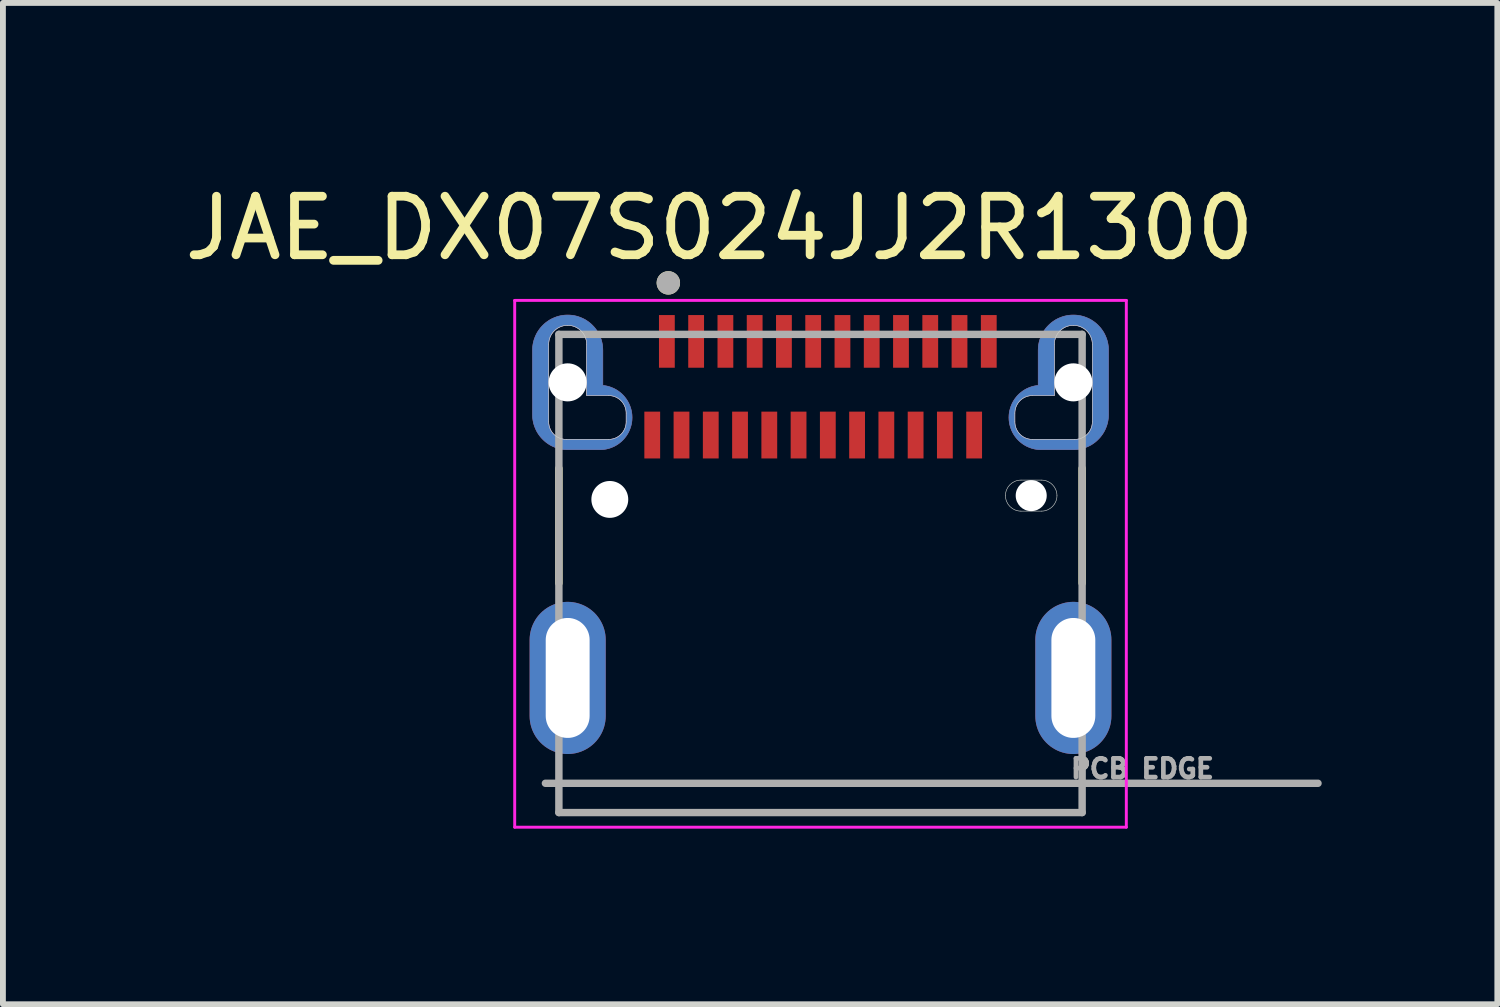
<source format=kicad_pcb>
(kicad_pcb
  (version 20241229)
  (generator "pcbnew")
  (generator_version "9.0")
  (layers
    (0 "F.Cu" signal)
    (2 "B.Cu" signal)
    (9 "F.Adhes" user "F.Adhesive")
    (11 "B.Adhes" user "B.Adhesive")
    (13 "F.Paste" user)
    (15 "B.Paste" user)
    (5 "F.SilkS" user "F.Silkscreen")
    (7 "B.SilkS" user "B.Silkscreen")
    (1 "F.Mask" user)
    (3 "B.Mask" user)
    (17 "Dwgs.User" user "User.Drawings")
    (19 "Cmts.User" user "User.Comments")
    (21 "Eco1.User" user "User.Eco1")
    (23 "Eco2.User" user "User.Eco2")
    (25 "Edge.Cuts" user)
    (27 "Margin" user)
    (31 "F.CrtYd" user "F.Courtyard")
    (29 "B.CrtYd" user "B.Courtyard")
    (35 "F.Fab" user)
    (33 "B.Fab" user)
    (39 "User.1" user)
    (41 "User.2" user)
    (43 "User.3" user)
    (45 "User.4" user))
  (footprint "JAE_DX07S024JJ2R1300"
    (layer "F.Cu")
    (at 10.969 5.483)
    (property "Reference" "JAE_DX07S024JJ2R1300" (at -1.725 -4.635 0) (layer "F.SilkS") (effects (font (size 1 1) (thickness 0.15))))
    (attr smd)
    (fp_poly (pts (xy -4.22 -3.25) (xy -4.42 -3.25) (xy -4.451 -3.249) (xy -4.483 -3.247) (xy -4.514 -3.243) (xy -4.545 -3.237) (xy -4.575 -3.23) (xy -4.605 -3.221) (xy -4.635 -3.21) (xy -4.664 -3.198) (xy -4.692 -3.185) (xy -4.72 -3.17) (xy -4.747 -3.153) (xy -4.773 -3.135) (xy -4.798 -3.116) (xy -4.821 -3.096) (xy -4.844 -3.074) (xy -4.866 -3.051) (xy -4.886 -3.028) (xy -4.905 -3.003) (xy -4.923 -2.977) (xy -4.94 -2.95) (xy -4.955 -2.922) (xy -4.968 -2.894) (xy -4.98 -2.865) (xy -4.991 -2.835) (xy -5 -2.805) (xy -5.007 -2.775) (xy -5.013 -2.744) (xy -5.017 -2.713) (xy -5.019 -2.681) (xy -5.02 -2.65) (xy -5.02 -1.35) (xy -5.019 -1.319) (xy -5.017 -1.287) (xy -5.013 -1.256) (xy -5.007 -1.225) (xy -5 -1.195) (xy -4.991 -1.165) (xy -4.98 -1.135) (xy -4.968 -1.106) (xy -4.955 -1.078) (xy -4.94 -1.05) (xy -4.923 -1.023) (xy -4.905 -0.997) (xy -4.886 -0.972) (xy -4.866 -0.949) (xy -4.844 -0.926) (xy -4.821 -0.904) (xy -4.798 -0.884) (xy -4.773 -0.865) (xy -4.747 -0.847) (xy -4.72 -0.83) (xy -4.692 -0.815) (xy -4.664 -0.802) (xy -4.635 -0.79) (xy -4.605 -0.779) (xy -4.575 -0.77) (xy -4.545 -0.763) (xy -4.514 -0.757) (xy -4.483 -0.753) (xy -4.451 -0.751) (xy -4.42 -0.75) (xy -3.67 -0.75) (xy -3.641 -0.751) (xy -3.613 -0.753) (xy -3.584 -0.757) (xy -3.556 -0.762) (xy -3.528 -0.769) (xy -3.5 -0.777) (xy -3.473 -0.787) (xy -3.446 -0.798) (xy -3.42 -0.81) (xy -3.395 -0.824) (xy -3.37 -0.839) (xy -3.347 -0.855) (xy -3.324 -0.873) (xy -3.302 -0.891) (xy -3.281 -0.911) (xy -3.261 -0.932) (xy -3.243 -0.954) (xy -3.225 -0.977) (xy -3.209 -1) (xy -3.194 -1.025) (xy -3.18 -1.05) (xy -3.168 -1.076) (xy -3.157 -1.103) (xy -3.147 -1.13) (xy -3.139 -1.158) (xy -3.132 -1.186) (xy -3.127 -1.214) (xy -3.123 -1.243) (xy -3.121 -1.271) (xy -3.12 -1.3) (xy -3.12 -1.45) (xy -3.121 -1.481) (xy -3.123 -1.513) (xy -3.127 -1.544) (xy -3.133 -1.575) (xy -3.14 -1.605) (xy -3.149 -1.635) (xy -3.16 -1.665) (xy -3.172 -1.694) (xy -3.185 -1.722) (xy -3.2 -1.75) (xy -3.217 -1.777) (xy -3.235 -1.803) (xy -3.254 -1.828) (xy -3.274 -1.851) (xy -3.296 -1.874) (xy -3.319 -1.896) (xy -3.342 -1.916) (xy -3.367 -1.935) (xy -3.393 -1.953) (xy -3.42 -1.97) (xy -3.448 -1.985) (xy -3.476 -1.998) (xy -3.505 -2.01) (xy -3.535 -2.021) (xy -3.565 -2.03) (xy -3.595 -2.037) (xy -3.626 -2.043) (xy -3.657 -2.047) (xy -3.689 -2.049) (xy -3.72 -2.05) (xy -3.62 -2.05) (xy -3.62 -2.65) (xy -3.621 -2.681) (xy -3.623 -2.713) (xy -3.627 -2.744) (xy -3.633 -2.775) (xy -3.64 -2.805) (xy -3.649 -2.835) (xy -3.66 -2.865) (xy -3.672 -2.894) (xy -3.685 -2.922) (xy -3.7 -2.95) (xy -3.717 -2.977) (xy -3.735 -3.003) (xy -3.754 -3.028) (xy -3.774 -3.051) (xy -3.796 -3.074) (xy -3.819 -3.096) (xy -3.842 -3.116) (xy -3.867 -3.135) (xy -3.893 -3.153) (xy -3.92 -3.17) (xy -3.948 -3.185) (xy -3.976 -3.198) (xy -4.005 -3.21) (xy -4.035 -3.221) (xy -4.065 -3.23) (xy -4.095 -3.237) (xy -4.126 -3.243) (xy -4.157 -3.247) (xy -4.189 -3.249) (xy -4.22 -3.25)) (stroke (width 0.01) (type solid)) (fill yes) (layer "F.Mask"))
    (fp_poly (pts (xy 4.22 -3.25) (xy 4.42 -3.25) (xy 4.451 -3.249) (xy 4.483 -3.247) (xy 4.514 -3.243) (xy 4.545 -3.237) (xy 4.575 -3.23) (xy 4.605 -3.221) (xy 4.635 -3.21) (xy 4.664 -3.198) (xy 4.692 -3.185) (xy 4.72 -3.17) (xy 4.747 -3.153) (xy 4.773 -3.135) (xy 4.798 -3.116) (xy 4.821 -3.096) (xy 4.844 -3.074) (xy 4.866 -3.051) (xy 4.886 -3.028) (xy 4.905 -3.003) (xy 4.923 -2.977) (xy 4.94 -2.95) (xy 4.955 -2.922) (xy 4.968 -2.894) (xy 4.98 -2.865) (xy 4.991 -2.835) (xy 5 -2.805) (xy 5.007 -2.775) (xy 5.013 -2.744) (xy 5.017 -2.713) (xy 5.019 -2.681) (xy 5.02 -2.65) (xy 5.02 -1.35) (xy 5.019 -1.319) (xy 5.017 -1.287) (xy 5.013 -1.256) (xy 5.007 -1.225) (xy 5 -1.195) (xy 4.991 -1.165) (xy 4.98 -1.135) (xy 4.968 -1.106) (xy 4.955 -1.078) (xy 4.94 -1.05) (xy 4.923 -1.023) (xy 4.905 -0.997) (xy 4.886 -0.972) (xy 4.866 -0.949) (xy 4.844 -0.926) (xy 4.821 -0.904) (xy 4.798 -0.884) (xy 4.773 -0.865) (xy 4.747 -0.847) (xy 4.72 -0.83) (xy 4.692 -0.815) (xy 4.664 -0.802) (xy 4.635 -0.79) (xy 4.605 -0.779) (xy 4.575 -0.77) (xy 4.545 -0.763) (xy 4.514 -0.757) (xy 4.483 -0.753) (xy 4.451 -0.751) (xy 4.42 -0.75) (xy 3.67 -0.75) (xy 3.641 -0.751) (xy 3.613 -0.753) (xy 3.584 -0.757) (xy 3.556 -0.762) (xy 3.528 -0.769) (xy 3.5 -0.777) (xy 3.473 -0.787) (xy 3.446 -0.798) (xy 3.42 -0.81) (xy 3.395 -0.824) (xy 3.37 -0.839) (xy 3.347 -0.855) (xy 3.324 -0.873) (xy 3.302 -0.891) (xy 3.281 -0.911) (xy 3.261 -0.932) (xy 3.243 -0.954) (xy 3.225 -0.977) (xy 3.209 -1) (xy 3.194 -1.025) (xy 3.18 -1.05) (xy 3.168 -1.076) (xy 3.157 -1.103) (xy 3.147 -1.13) (xy 3.139 -1.158) (xy 3.132 -1.186) (xy 3.127 -1.214) (xy 3.123 -1.243) (xy 3.121 -1.271) (xy 3.12 -1.3) (xy 3.12 -1.45) (xy 3.121 -1.481) (xy 3.123 -1.513) (xy 3.127 -1.544) (xy 3.133 -1.575) (xy 3.14 -1.605) (xy 3.149 -1.635) (xy 3.16 -1.665) (xy 3.172 -1.694) (xy 3.185 -1.722) (xy 3.2 -1.75) (xy 3.217 -1.777) (xy 3.235 -1.803) (xy 3.254 -1.828) (xy 3.274 -1.851) (xy 3.296 -1.874) (xy 3.319 -1.896) (xy 3.342 -1.916) (xy 3.367 -1.935) (xy 3.393 -1.953) (xy 3.42 -1.97) (xy 3.448 -1.985) (xy 3.476 -1.998) (xy 3.505 -2.01) (xy 3.535 -2.021) (xy 3.565 -2.03) (xy 3.595 -2.037) (xy 3.626 -2.043) (xy 3.657 -2.047) (xy 3.689 -2.049) (xy 3.72 -2.05) (xy 3.62 -2.05) (xy 3.62 -2.65) (xy 3.621 -2.681) (xy 3.623 -2.713) (xy 3.627 -2.744) (xy 3.633 -2.775) (xy 3.64 -2.805) (xy 3.649 -2.835) (xy 3.66 -2.865) (xy 3.672 -2.894) (xy 3.685 -2.922) (xy 3.7 -2.95) (xy 3.717 -2.977) (xy 3.735 -3.003) (xy 3.754 -3.028) (xy 3.774 -3.051) (xy 3.796 -3.074) (xy 3.819 -3.096) (xy 3.842 -3.116) (xy 3.867 -3.135) (xy 3.893 -3.153) (xy 3.92 -3.17) (xy 3.948 -3.185) (xy 3.976 -3.198) (xy 4.005 -3.21) (xy 4.035 -3.221) (xy 4.065 -3.23) (xy 4.095 -3.237) (xy 4.126 -3.243) (xy 4.157 -3.247) (xy 4.189 -3.249) (xy 4.22 -3.25)) (stroke (width 0.01) (type solid)) (fill yes) (layer "F.Mask"))
    (fp_poly (pts (xy -4.32 -3.15) (xy -4.351 -3.149) (xy -4.383 -3.147) (xy -4.414 -3.143) (xy -4.445 -3.137) (xy -4.475 -3.13) (xy -4.505 -3.121) (xy -4.535 -3.11) (xy -4.564 -3.098) (xy -4.592 -3.085) (xy -4.62 -3.07) (xy -4.647 -3.053) (xy -4.673 -3.035) (xy -4.698 -3.016) (xy -4.721 -2.996) (xy -4.744 -2.974) (xy -4.766 -2.951) (xy -4.786 -2.928) (xy -4.805 -2.903) (xy -4.823 -2.877) (xy -4.84 -2.85) (xy -4.855 -2.822) (xy -4.868 -2.794) (xy -4.88 -2.765) (xy -4.891 -2.735) (xy -4.9 -2.705) (xy -4.907 -2.675) (xy -4.913 -2.644) (xy -4.917 -2.613) (xy -4.919 -2.581) (xy -4.92 -2.55) (xy -4.92 -1.45) (xy -4.919 -1.419) (xy -4.917 -1.387) (xy -4.913 -1.356) (xy -4.907 -1.325) (xy -4.9 -1.295) (xy -4.891 -1.265) (xy -4.88 -1.235) (xy -4.868 -1.206) (xy -4.855 -1.178) (xy -4.84 -1.15) (xy -4.823 -1.123) (xy -4.805 -1.097) (xy -4.786 -1.072) (xy -4.766 -1.049) (xy -4.744 -1.026) (xy -4.721 -1.004) (xy -4.698 -0.984) (xy -4.673 -0.965) (xy -4.647 -0.947) (xy -4.62 -0.93) (xy -4.592 -0.915) (xy -4.564 -0.902) (xy -4.535 -0.89) (xy -4.505 -0.879) (xy -4.475 -0.87) (xy -4.445 -0.863) (xy -4.414 -0.857) (xy -4.383 -0.853) (xy -4.351 -0.851) (xy -4.32 -0.85) (xy -3.77 -0.85) (xy -3.741 -0.851) (xy -3.713 -0.853) (xy -3.684 -0.857) (xy -3.656 -0.862) (xy -3.628 -0.869) (xy -3.6 -0.877) (xy -3.573 -0.887) (xy -3.546 -0.898) (xy -3.52 -0.91) (xy -3.495 -0.924) (xy -3.47 -0.939) (xy -3.447 -0.955) (xy -3.424 -0.973) (xy -3.402 -0.991) (xy -3.381 -1.011) (xy -3.361 -1.032) (xy -3.343 -1.054) (xy -3.325 -1.077) (xy -3.309 -1.1) (xy -3.294 -1.125) (xy -3.28 -1.15) (xy -3.268 -1.176) (xy -3.257 -1.203) (xy -3.247 -1.23) (xy -3.239 -1.258) (xy -3.232 -1.286) (xy -3.227 -1.314) (xy -3.223 -1.343) (xy -3.221 -1.371) (xy -3.22 -1.4) (xy -3.221 -1.429) (xy -3.223 -1.457) (xy -3.227 -1.486) (xy -3.232 -1.514) (xy -3.239 -1.542) (xy -3.247 -1.57) (xy -3.257 -1.597) (xy -3.268 -1.624) (xy -3.28 -1.65) (xy -3.294 -1.675) (xy -3.309 -1.7) (xy -3.325 -1.723) (xy -3.343 -1.746) (xy -3.361 -1.768) (xy -3.381 -1.789) (xy -3.402 -1.809) (xy -3.424 -1.827) (xy -3.447 -1.845) (xy -3.47 -1.861) (xy -3.495 -1.876) (xy -3.52 -1.89) (xy -3.546 -1.902) (xy -3.573 -1.913) (xy -3.6 -1.923) (xy -3.628 -1.931) (xy -3.656 -1.938) (xy -3.684 -1.943) (xy -3.713 -1.947) (xy -3.741 -1.949) (xy -3.77 -1.95) (xy -3.995 -1.95) (xy -3.995 -1.775) (xy -3.62 -1.775) (xy -3.604 -1.775) (xy -3.589 -1.773) (xy -3.573 -1.771) (xy -3.558 -1.768) (xy -3.542 -1.765) (xy -3.527 -1.76) (xy -3.512 -1.755) (xy -3.498 -1.749) (xy -3.484 -1.742) (xy -3.47 -1.735) (xy -3.457 -1.727) (xy -3.444 -1.718) (xy -3.431 -1.708) (xy -3.419 -1.698) (xy -3.408 -1.687) (xy -3.397 -1.676) (xy -3.387 -1.664) (xy -3.377 -1.651) (xy -3.368 -1.638) (xy -3.36 -1.625) (xy -3.353 -1.611) (xy -3.346 -1.597) (xy -3.34 -1.583) (xy -3.335 -1.568) (xy -3.33 -1.553) (xy -3.327 -1.537) (xy -3.324 -1.522) (xy -3.322 -1.506) (xy -3.32 -1.491) (xy -3.32 -1.475) (xy -3.32 -1.325) (xy -3.32 -1.309) (xy -3.322 -1.294) (xy -3.324 -1.278) (xy -3.327 -1.263) (xy -3.33 -1.247) (xy -3.335 -1.232) (xy -3.34 -1.217) (xy -3.346 -1.203) (xy -3.353 -1.189) (xy -3.36 -1.175) (xy -3.368 -1.162) (xy -3.377 -1.149) (xy -3.387 -1.136) (xy -3.397 -1.124) (xy -3.408 -1.113) (xy -3.419 -1.102) (xy -3.431 -1.092) (xy -3.444 -1.082) (xy -3.457 -1.073) (xy -3.47 -1.065) (xy -3.484 -1.058) (xy -3.498 -1.051) (xy -3.512 -1.045) (xy -3.527 -1.04) (xy -3.542 -1.035) (xy -3.558 -1.032) (xy -3.573 -1.029) (xy -3.589 -1.027) (xy -3.604 -1.025) (xy -3.62 -1.025) (xy -4.345 -1.025) (xy -4.361 -1.025) (xy -4.376 -1.027) (xy -4.392 -1.029) (xy -4.407 -1.032) (xy -4.423 -1.035) (xy -4.438 -1.04) (xy -4.453 -1.045) (xy -4.467 -1.051) (xy -4.481 -1.058) (xy -4.495 -1.065) (xy -4.508 -1.073) (xy -4.521 -1.082) (xy -4.534 -1.092) (xy -4.546 -1.102) (xy -4.557 -1.113) (xy -4.568 -1.124) (xy -4.578 -1.136) (xy -4.588 -1.149) (xy -4.597 -1.162) (xy -4.605 -1.175) (xy -4.612 -1.189) (xy -4.619 -1.203) (xy -4.625 -1.217) (xy -4.63 -1.232) (xy -4.635 -1.247) (xy -4.638 -1.263) (xy -4.641 -1.278) (xy -4.643 -1.294) (xy -4.645 -1.309) (xy -4.645 -1.325) (xy -4.645 -2.65) (xy -4.645 -2.667) (xy -4.643 -2.684) (xy -4.641 -2.701) (xy -4.638 -2.718) (xy -4.634 -2.734) (xy -4.629 -2.75) (xy -4.623 -2.766) (xy -4.617 -2.782) (xy -4.61 -2.798) (xy -4.601 -2.813) (xy -4.593 -2.827) (xy -4.583 -2.841) (xy -4.573 -2.855) (xy -4.562 -2.867) (xy -4.55 -2.88) (xy -4.537 -2.892) (xy -4.525 -2.903) (xy -4.511 -2.913) (xy -4.497 -2.923) (xy -4.482 -2.931) (xy -4.468 -2.94) (xy -4.452 -2.947) (xy -4.436 -2.953) (xy -4.42 -2.959) (xy -4.404 -2.964) (xy -4.388 -2.968) (xy -4.371 -2.971) (xy -4.354 -2.973) (xy -4.337 -2.975) (xy -4.32 -2.975) (xy -4.303 -2.975) (xy -4.286 -2.973) (xy -4.269 -2.971) (xy -4.252 -2.968) (xy -4.236 -2.964) (xy -4.22 -2.959) (xy -4.204 -2.953) (xy -4.188 -2.947) (xy -4.172 -2.94) (xy -4.158 -2.931) (xy -4.143 -2.923) (xy -4.129 -2.913) (xy -4.115 -2.903) (xy -4.103 -2.892) (xy -4.09 -2.88) (xy -4.078 -2.867) (xy -4.067 -2.855) (xy -4.057 -2.841) (xy -4.047 -2.827) (xy -4.039 -2.813) (xy -4.03 -2.798) (xy -4.023 -2.782) (xy -4.017 -2.766) (xy -4.011 -2.75) (xy -4.006 -2.734) (xy -4.002 -2.718) (xy -3.999 -2.701) (xy -3.997 -2.684) (xy -3.995 -2.667) (xy -3.995 -2.65) (xy -3.995 -1.95) (xy -3.72 -1.95) (xy -3.72 -2.55) (xy -3.721 -2.581) (xy -3.723 -2.613) (xy -3.727 -2.644) (xy -3.733 -2.675) (xy -3.74 -2.705) (xy -3.749 -2.735) (xy -3.76 -2.765) (xy -3.772 -2.794) (xy -3.785 -2.822) (xy -3.8 -2.85) (xy -3.817 -2.877) (xy -3.835 -2.903) (xy -3.854 -2.928) (xy -3.874 -2.951) (xy -3.896 -2.974) (xy -3.919 -2.996) (xy -3.942 -3.016) (xy -3.967 -3.035) (xy -3.993 -3.053) (xy -4.02 -3.07) (xy -4.048 -3.085) (xy -4.076 -3.098) (xy -4.105 -3.11) (xy -4.135 -3.121) (xy -4.165 -3.13) (xy -4.195 -3.137) (xy -4.226 -3.143) (xy -4.257 -3.147) (xy -4.289 -3.149) (xy -4.32 -3.15)) (stroke (width 0.01) (type solid)) (fill yes) (layer "B.Cu"))
    (fp_poly (pts (xy 4.32 -3.15) (xy 4.351 -3.149) (xy 4.383 -3.147) (xy 4.414 -3.143) (xy 4.445 -3.137) (xy 4.475 -3.13) (xy 4.505 -3.121) (xy 4.535 -3.11) (xy 4.564 -3.098) (xy 4.592 -3.085) (xy 4.62 -3.07) (xy 4.647 -3.053) (xy 4.673 -3.035) (xy 4.698 -3.016) (xy 4.721 -2.996) (xy 4.744 -2.974) (xy 4.766 -2.951) (xy 4.786 -2.928) (xy 4.805 -2.903) (xy 4.823 -2.877) (xy 4.84 -2.85) (xy 4.855 -2.822) (xy 4.868 -2.794) (xy 4.88 -2.765) (xy 4.891 -2.735) (xy 4.9 -2.705) (xy 4.907 -2.675) (xy 4.913 -2.644) (xy 4.917 -2.613) (xy 4.919 -2.581) (xy 4.92 -2.55) (xy 4.92 -1.45) (xy 4.919 -1.419) (xy 4.917 -1.387) (xy 4.913 -1.356) (xy 4.907 -1.325) (xy 4.9 -1.295) (xy 4.891 -1.265) (xy 4.88 -1.235) (xy 4.868 -1.206) (xy 4.855 -1.178) (xy 4.84 -1.15) (xy 4.823 -1.123) (xy 4.805 -1.097) (xy 4.786 -1.072) (xy 4.766 -1.049) (xy 4.744 -1.026) (xy 4.721 -1.004) (xy 4.698 -0.984) (xy 4.673 -0.965) (xy 4.647 -0.947) (xy 4.62 -0.93) (xy 4.592 -0.915) (xy 4.564 -0.902) (xy 4.535 -0.89) (xy 4.505 -0.879) (xy 4.475 -0.87) (xy 4.445 -0.863) (xy 4.414 -0.857) (xy 4.383 -0.853) (xy 4.351 -0.851) (xy 4.32 -0.85) (xy 3.77 -0.85) (xy 3.741 -0.851) (xy 3.713 -0.853) (xy 3.684 -0.857) (xy 3.656 -0.862) (xy 3.628 -0.869) (xy 3.6 -0.877) (xy 3.573 -0.887) (xy 3.546 -0.898) (xy 3.52 -0.91) (xy 3.495 -0.924) (xy 3.47 -0.939) (xy 3.447 -0.955) (xy 3.424 -0.973) (xy 3.402 -0.991) (xy 3.381 -1.011) (xy 3.361 -1.032) (xy 3.343 -1.054) (xy 3.325 -1.077) (xy 3.309 -1.1) (xy 3.294 -1.125) (xy 3.28 -1.15) (xy 3.268 -1.176) (xy 3.257 -1.203) (xy 3.247 -1.23) (xy 3.239 -1.258) (xy 3.232 -1.286) (xy 3.227 -1.314) (xy 3.223 -1.343) (xy 3.221 -1.371) (xy 3.22 -1.4) (xy 3.221 -1.429) (xy 3.223 -1.457) (xy 3.227 -1.486) (xy 3.232 -1.514) (xy 3.239 -1.542) (xy 3.247 -1.57) (xy 3.257 -1.597) (xy 3.268 -1.624) (xy 3.28 -1.65) (xy 3.294 -1.675) (xy 3.309 -1.7) (xy 3.325 -1.723) (xy 3.343 -1.746) (xy 3.361 -1.768) (xy 3.381 -1.789) (xy 3.402 -1.809) (xy 3.424 -1.827) (xy 3.447 -1.845) (xy 3.47 -1.861) (xy 3.495 -1.876) (xy 3.52 -1.89) (xy 3.546 -1.902) (xy 3.573 -1.913) (xy 3.6 -1.923) (xy 3.628 -1.931) (xy 3.656 -1.938) (xy 3.684 -1.943) (xy 3.713 -1.947) (xy 3.741 -1.949) (xy 3.77 -1.95) (xy 3.995 -1.95) (xy 3.995 -1.775) (xy 3.62 -1.775) (xy 3.604 -1.775) (xy 3.589 -1.773) (xy 3.573 -1.771) (xy 3.558 -1.768) (xy 3.542 -1.765) (xy 3.527 -1.76) (xy 3.512 -1.755) (xy 3.498 -1.749) (xy 3.484 -1.742) (xy 3.47 -1.735) (xy 3.457 -1.727) (xy 3.444 -1.718) (xy 3.431 -1.708) (xy 3.419 -1.698) (xy 3.408 -1.687) (xy 3.397 -1.676) (xy 3.387 -1.664) (xy 3.377 -1.651) (xy 3.368 -1.638) (xy 3.36 -1.625) (xy 3.353 -1.611) (xy 3.346 -1.597) (xy 3.34 -1.583) (xy 3.335 -1.568) (xy 3.33 -1.553) (xy 3.327 -1.537) (xy 3.324 -1.522) (xy 3.322 -1.506) (xy 3.32 -1.491) (xy 3.32 -1.475) (xy 3.32 -1.325) (xy 3.32 -1.309) (xy 3.322 -1.294) (xy 3.324 -1.278) (xy 3.327 -1.263) (xy 3.33 -1.247) (xy 3.335 -1.232) (xy 3.34 -1.217) (xy 3.346 -1.203) (xy 3.353 -1.189) (xy 3.36 -1.175) (xy 3.368 -1.162) (xy 3.377 -1.149) (xy 3.387 -1.136) (xy 3.397 -1.124) (xy 3.408 -1.113) (xy 3.419 -1.102) (xy 3.431 -1.092) (xy 3.444 -1.082) (xy 3.457 -1.073) (xy 3.47 -1.065) (xy 3.484 -1.058) (xy 3.498 -1.051) (xy 3.512 -1.045) (xy 3.527 -1.04) (xy 3.542 -1.035) (xy 3.558 -1.032) (xy 3.573 -1.029) (xy 3.589 -1.027) (xy 3.604 -1.025) (xy 3.62 -1.025) (xy 4.345 -1.025) (xy 4.361 -1.025) (xy 4.376 -1.027) (xy 4.392 -1.029) (xy 4.407 -1.032) (xy 4.423 -1.035) (xy 4.438 -1.04) (xy 4.453 -1.045) (xy 4.467 -1.051) (xy 4.481 -1.058) (xy 4.495 -1.065) (xy 4.508 -1.073) (xy 4.521 -1.082) (xy 4.534 -1.092) (xy 4.546 -1.102) (xy 4.557 -1.113) (xy 4.568 -1.124) (xy 4.578 -1.136) (xy 4.588 -1.149) (xy 4.597 -1.162) (xy 4.605 -1.175) (xy 4.612 -1.189) (xy 4.619 -1.203) (xy 4.625 -1.217) (xy 4.63 -1.232) (xy 4.635 -1.247) (xy 4.638 -1.263) (xy 4.641 -1.278) (xy 4.643 -1.294) (xy 4.645 -1.309) (xy 4.645 -1.325) (xy 4.645 -2.65) (xy 4.645 -2.667) (xy 4.643 -2.684) (xy 4.641 -2.701) (xy 4.638 -2.718) (xy 4.634 -2.734) (xy 4.629 -2.75) (xy 4.623 -2.766) (xy 4.617 -2.782) (xy 4.61 -2.798) (xy 4.601 -2.813) (xy 4.593 -2.827) (xy 4.583 -2.841) (xy 4.573 -2.855) (xy 4.562 -2.867) (xy 4.55 -2.88) (xy 4.537 -2.892) (xy 4.525 -2.903) (xy 4.511 -2.913) (xy 4.497 -2.923) (xy 4.482 -2.931) (xy 4.468 -2.94) (xy 4.452 -2.947) (xy 4.436 -2.953) (xy 4.42 -2.959) (xy 4.404 -2.964) (xy 4.388 -2.968) (xy 4.371 -2.971) (xy 4.354 -2.973) (xy 4.337 -2.975) (xy 4.32 -2.975) (xy 4.303 -2.975) (xy 4.286 -2.973) (xy 4.269 -2.971) (xy 4.252 -2.968) (xy 4.236 -2.964) (xy 4.22 -2.959) (xy 4.204 -2.953) (xy 4.188 -2.947) (xy 4.172 -2.94) (xy 4.158 -2.931) (xy 4.143 -2.923) (xy 4.129 -2.913) (xy 4.115 -2.903) (xy 4.103 -2.892) (xy 4.09 -2.88) (xy 4.078 -2.867) (xy 4.067 -2.855) (xy 4.057 -2.841) (xy 4.047 -2.827) (xy 4.039 -2.813) (xy 4.03 -2.798) (xy 4.023 -2.782) (xy 4.017 -2.766) (xy 4.011 -2.75) (xy 4.006 -2.734) (xy 4.002 -2.718) (xy 3.999 -2.701) (xy 3.997 -2.684) (xy 3.995 -2.667) (xy 3.995 -2.65) (xy 3.995 -1.95) (xy 3.72 -1.95) (xy 3.72 -2.55) (xy 3.721 -2.581) (xy 3.723 -2.613) (xy 3.727 -2.644) (xy 3.733 -2.675) (xy 3.74 -2.705) (xy 3.749 -2.735) (xy 3.76 -2.765) (xy 3.772 -2.794) (xy 3.785 -2.822) (xy 3.8 -2.85) (xy 3.817 -2.877) (xy 3.835 -2.903) (xy 3.854 -2.928) (xy 3.874 -2.951) (xy 3.896 -2.974) (xy 3.919 -2.996) (xy 3.942 -3.016) (xy 3.967 -3.035) (xy 3.993 -3.053) (xy 4.02 -3.07) (xy 4.048 -3.085) (xy 4.076 -3.098) (xy 4.105 -3.11) (xy 4.135 -3.121) (xy 4.165 -3.13) (xy 4.195 -3.137) (xy 4.226 -3.143) (xy 4.257 -3.147) (xy 4.289 -3.149) (xy 4.32 -3.15)) (stroke (width 0.01) (type solid)) (fill yes) (layer "B.Cu"))
    (fp_poly (pts (xy -4.22 -3.25) (xy -4.42 -3.25) (xy -4.451 -3.249) (xy -4.483 -3.247) (xy -4.514 -3.243) (xy -4.545 -3.237) (xy -4.575 -3.23) (xy -4.605 -3.221) (xy -4.635 -3.21) (xy -4.664 -3.198) (xy -4.692 -3.185) (xy -4.72 -3.17) (xy -4.747 -3.153) (xy -4.773 -3.135) (xy -4.798 -3.116) (xy -4.821 -3.096) (xy -4.844 -3.074) (xy -4.866 -3.051) (xy -4.886 -3.028) (xy -4.905 -3.003) (xy -4.923 -2.977) (xy -4.94 -2.95) (xy -4.955 -2.922) (xy -4.968 -2.894) (xy -4.98 -2.865) (xy -4.991 -2.835) (xy -5 -2.805) (xy -5.007 -2.775) (xy -5.013 -2.744) (xy -5.017 -2.713) (xy -5.019 -2.681) (xy -5.02 -2.65) (xy -5.02 -1.35) (xy -5.019 -1.319) (xy -5.017 -1.287) (xy -5.013 -1.256) (xy -5.007 -1.225) (xy -5 -1.195) (xy -4.991 -1.165) (xy -4.98 -1.135) (xy -4.968 -1.106) (xy -4.955 -1.078) (xy -4.94 -1.05) (xy -4.923 -1.023) (xy -4.905 -0.997) (xy -4.886 -0.972) (xy -4.866 -0.949) (xy -4.844 -0.926) (xy -4.821 -0.904) (xy -4.798 -0.884) (xy -4.773 -0.865) (xy -4.747 -0.847) (xy -4.72 -0.83) (xy -4.692 -0.815) (xy -4.664 -0.802) (xy -4.635 -0.79) (xy -4.605 -0.779) (xy -4.575 -0.77) (xy -4.545 -0.763) (xy -4.514 -0.757) (xy -4.483 -0.753) (xy -4.451 -0.751) (xy -4.42 -0.75) (xy -3.67 -0.75) (xy -3.641 -0.751) (xy -3.613 -0.753) (xy -3.584 -0.757) (xy -3.556 -0.762) (xy -3.528 -0.769) (xy -3.5 -0.777) (xy -3.473 -0.787) (xy -3.446 -0.798) (xy -3.42 -0.81) (xy -3.395 -0.824) (xy -3.37 -0.839) (xy -3.347 -0.855) (xy -3.324 -0.873) (xy -3.302 -0.891) (xy -3.281 -0.911) (xy -3.261 -0.932) (xy -3.243 -0.954) (xy -3.225 -0.977) (xy -3.209 -1) (xy -3.194 -1.025) (xy -3.18 -1.05) (xy -3.168 -1.076) (xy -3.157 -1.103) (xy -3.147 -1.13) (xy -3.139 -1.158) (xy -3.132 -1.186) (xy -3.127 -1.214) (xy -3.123 -1.243) (xy -3.121 -1.271) (xy -3.12 -1.3) (xy -3.12 -1.45) (xy -3.121 -1.481) (xy -3.123 -1.513) (xy -3.127 -1.544) (xy -3.133 -1.575) (xy -3.14 -1.605) (xy -3.149 -1.635) (xy -3.16 -1.665) (xy -3.172 -1.694) (xy -3.185 -1.722) (xy -3.2 -1.75) (xy -3.217 -1.777) (xy -3.235 -1.803) (xy -3.254 -1.828) (xy -3.274 -1.851) (xy -3.296 -1.874) (xy -3.319 -1.896) (xy -3.342 -1.916) (xy -3.367 -1.935) (xy -3.393 -1.953) (xy -3.42 -1.97) (xy -3.448 -1.985) (xy -3.476 -1.998) (xy -3.505 -2.01) (xy -3.535 -2.021) (xy -3.565 -2.03) (xy -3.595 -2.037) (xy -3.626 -2.043) (xy -3.657 -2.047) (xy -3.689 -2.049) (xy -3.72 -2.05) (xy -3.62 -2.05) (xy -3.62 -2.65) (xy -3.621 -2.681) (xy -3.623 -2.713) (xy -3.627 -2.744) (xy -3.633 -2.775) (xy -3.64 -2.805) (xy -3.649 -2.835) (xy -3.66 -2.865) (xy -3.672 -2.894) (xy -3.685 -2.922) (xy -3.7 -2.95) (xy -3.717 -2.977) (xy -3.735 -3.003) (xy -3.754 -3.028) (xy -3.774 -3.051) (xy -3.796 -3.074) (xy -3.819 -3.096) (xy -3.842 -3.116) (xy -3.867 -3.135) (xy -3.893 -3.153) (xy -3.92 -3.17) (xy -3.948 -3.185) (xy -3.976 -3.198) (xy -4.005 -3.21) (xy -4.035 -3.221) (xy -4.065 -3.23) (xy -4.095 -3.237) (xy -4.126 -3.243) (xy -4.157 -3.247) (xy -4.189 -3.249) (xy -4.22 -3.25)) (stroke (width 0.01) (type solid)) (fill yes) (layer "B.Mask"))
    (fp_poly (pts (xy 4.22 -3.25) (xy 4.42 -3.25) (xy 4.451 -3.249) (xy 4.483 -3.247) (xy 4.514 -3.243) (xy 4.545 -3.237) (xy 4.575 -3.23) (xy 4.605 -3.221) (xy 4.635 -3.21) (xy 4.664 -3.198) (xy 4.692 -3.185) (xy 4.72 -3.17) (xy 4.747 -3.153) (xy 4.773 -3.135) (xy 4.798 -3.116) (xy 4.821 -3.096) (xy 4.844 -3.074) (xy 4.866 -3.051) (xy 4.886 -3.028) (xy 4.905 -3.003) (xy 4.923 -2.977) (xy 4.94 -2.95) (xy 4.955 -2.922) (xy 4.968 -2.894) (xy 4.98 -2.865) (xy 4.991 -2.835) (xy 5 -2.805) (xy 5.007 -2.775) (xy 5.013 -2.744) (xy 5.017 -2.713) (xy 5.019 -2.681) (xy 5.02 -2.65) (xy 5.02 -1.35) (xy 5.019 -1.319) (xy 5.017 -1.287) (xy 5.013 -1.256) (xy 5.007 -1.225) (xy 5 -1.195) (xy 4.991 -1.165) (xy 4.98 -1.135) (xy 4.968 -1.106) (xy 4.955 -1.078) (xy 4.94 -1.05) (xy 4.923 -1.023) (xy 4.905 -0.997) (xy 4.886 -0.972) (xy 4.866 -0.949) (xy 4.844 -0.926) (xy 4.821 -0.904) (xy 4.798 -0.884) (xy 4.773 -0.865) (xy 4.747 -0.847) (xy 4.72 -0.83) (xy 4.692 -0.815) (xy 4.664 -0.802) (xy 4.635 -0.79) (xy 4.605 -0.779) (xy 4.575 -0.77) (xy 4.545 -0.763) (xy 4.514 -0.757) (xy 4.483 -0.753) (xy 4.451 -0.751) (xy 4.42 -0.75) (xy 3.67 -0.75) (xy 3.641 -0.751) (xy 3.613 -0.753) (xy 3.584 -0.757) (xy 3.556 -0.762) (xy 3.528 -0.769) (xy 3.5 -0.777) (xy 3.473 -0.787) (xy 3.446 -0.798) (xy 3.42 -0.81) (xy 3.395 -0.824) (xy 3.37 -0.839) (xy 3.347 -0.855) (xy 3.324 -0.873) (xy 3.302 -0.891) (xy 3.281 -0.911) (xy 3.261 -0.932) (xy 3.243 -0.954) (xy 3.225 -0.977) (xy 3.209 -1) (xy 3.194 -1.025) (xy 3.18 -1.05) (xy 3.168 -1.076) (xy 3.157 -1.103) (xy 3.147 -1.13) (xy 3.139 -1.158) (xy 3.132 -1.186) (xy 3.127 -1.214) (xy 3.123 -1.243) (xy 3.121 -1.271) (xy 3.12 -1.3) (xy 3.12 -1.45) (xy 3.121 -1.481) (xy 3.123 -1.513) (xy 3.127 -1.544) (xy 3.133 -1.575) (xy 3.14 -1.605) (xy 3.149 -1.635) (xy 3.16 -1.665) (xy 3.172 -1.694) (xy 3.185 -1.722) (xy 3.2 -1.75) (xy 3.217 -1.777) (xy 3.235 -1.803) (xy 3.254 -1.828) (xy 3.274 -1.851) (xy 3.296 -1.874) (xy 3.319 -1.896) (xy 3.342 -1.916) (xy 3.367 -1.935) (xy 3.393 -1.953) (xy 3.42 -1.97) (xy 3.448 -1.985) (xy 3.476 -1.998) (xy 3.505 -2.01) (xy 3.535 -2.021) (xy 3.565 -2.03) (xy 3.595 -2.037) (xy 3.626 -2.043) (xy 3.657 -2.047) (xy 3.689 -2.049) (xy 3.72 -2.05) (xy 3.62 -2.05) (xy 3.62 -2.65) (xy 3.621 -2.681) (xy 3.623 -2.713) (xy 3.627 -2.744) (xy 3.633 -2.775) (xy 3.64 -2.805) (xy 3.649 -2.835) (xy 3.66 -2.865) (xy 3.672 -2.894) (xy 3.685 -2.922) (xy 3.7 -2.95) (xy 3.717 -2.977) (xy 3.735 -3.003) (xy 3.754 -3.028) (xy 3.774 -3.051) (xy 3.796 -3.074) (xy 3.819 -3.096) (xy 3.842 -3.116) (xy 3.867 -3.135) (xy 3.893 -3.153) (xy 3.92 -3.17) (xy 3.948 -3.185) (xy 3.976 -3.198) (xy 4.005 -3.21) (xy 4.035 -3.221) (xy 4.065 -3.23) (xy 4.095 -3.237) (xy 4.126 -3.243) (xy 4.157 -3.247) (xy 4.189 -3.249) (xy 4.22 -3.25)) (stroke (width 0.01) (type solid)) (fill yes) (layer "B.Mask"))
    (fp_line (start -4.47 -0.53) (end -4.47 1.43) (stroke (width 0.127) (type solid)) (layer "F.SilkS"))
    (fp_line (start 4.47 -0.53) (end 4.47 1.43) (stroke (width 0.127) (type solid)) (layer "F.SilkS"))
    (fp_circle (center -2.6 -3.7) (end -2.5 -3.7) (stroke (width 0.2) (type solid)) (fill no) (layer "F.SilkS"))
    (fp_poly (pts (xy -4.32 -3.15) (xy -4.351 -3.149) (xy -4.383 -3.147) (xy -4.414 -3.143) (xy -4.445 -3.137) (xy -4.475 -3.13) (xy -4.505 -3.121) (xy -4.535 -3.11) (xy -4.564 -3.098) (xy -4.592 -3.085) (xy -4.62 -3.07) (xy -4.647 -3.053) (xy -4.673 -3.035) (xy -4.698 -3.016) (xy -4.721 -2.996) (xy -4.744 -2.974) (xy -4.766 -2.951) (xy -4.786 -2.928) (xy -4.805 -2.903) (xy -4.823 -2.877) (xy -4.84 -2.85) (xy -4.855 -2.822) (xy -4.868 -2.794) (xy -4.88 -2.765) (xy -4.891 -2.735) (xy -4.9 -2.705) (xy -4.907 -2.675) (xy -4.913 -2.644) (xy -4.917 -2.613) (xy -4.919 -2.581) (xy -4.92 -2.55) (xy -4.92 -1.45) (xy -4.919 -1.419) (xy -4.917 -1.387) (xy -4.913 -1.356) (xy -4.907 -1.325) (xy -4.9 -1.295) (xy -4.891 -1.265) (xy -4.88 -1.235) (xy -4.868 -1.206) (xy -4.855 -1.178) (xy -4.84 -1.15) (xy -4.823 -1.123) (xy -4.805 -1.097) (xy -4.786 -1.072) (xy -4.766 -1.049) (xy -4.744 -1.026) (xy -4.721 -1.004) (xy -4.698 -0.984) (xy -4.673 -0.965) (xy -4.647 -0.947) (xy -4.62 -0.93) (xy -4.592 -0.915) (xy -4.564 -0.902) (xy -4.535 -0.89) (xy -4.505 -0.879) (xy -4.475 -0.87) (xy -4.445 -0.863) (xy -4.414 -0.857) (xy -4.383 -0.853) (xy -4.351 -0.851) (xy -4.32 -0.85) (xy -3.77 -0.85) (xy -3.741 -0.851) (xy -3.713 -0.853) (xy -3.684 -0.857) (xy -3.656 -0.862) (xy -3.628 -0.869) (xy -3.6 -0.877) (xy -3.573 -0.887) (xy -3.546 -0.898) (xy -3.52 -0.91) (xy -3.495 -0.924) (xy -3.47 -0.939) (xy -3.447 -0.955) (xy -3.424 -0.973) (xy -3.402 -0.991) (xy -3.381 -1.011) (xy -3.361 -1.032) (xy -3.343 -1.054) (xy -3.325 -1.077) (xy -3.309 -1.1) (xy -3.294 -1.125) (xy -3.28 -1.15) (xy -3.268 -1.176) (xy -3.257 -1.203) (xy -3.247 -1.23) (xy -3.239 -1.258) (xy -3.232 -1.286) (xy -3.227 -1.314) (xy -3.223 -1.343) (xy -3.221 -1.371) (xy -3.22 -1.4) (xy -3.221 -1.429) (xy -3.223 -1.457) (xy -3.227 -1.486) (xy -3.232 -1.514) (xy -3.239 -1.542) (xy -3.247 -1.57) (xy -3.257 -1.597) (xy -3.268 -1.624) (xy -3.28 -1.65) (xy -3.294 -1.675) (xy -3.309 -1.7) (xy -3.325 -1.723) (xy -3.343 -1.746) (xy -3.361 -1.768) (xy -3.381 -1.789) (xy -3.402 -1.809) (xy -3.424 -1.827) (xy -3.447 -1.845) (xy -3.47 -1.861) (xy -3.495 -1.876) (xy -3.52 -1.89) (xy -3.546 -1.902) (xy -3.573 -1.913) (xy -3.6 -1.923) (xy -3.628 -1.931) (xy -3.656 -1.938) (xy -3.684 -1.943) (xy -3.713 -1.947) (xy -3.741 -1.949) (xy -3.77 -1.95) (xy -3.995 -1.95) (xy -3.995 -1.775) (xy -3.62 -1.775) (xy -3.604 -1.775) (xy -3.589 -1.773) (xy -3.573 -1.771) (xy -3.558 -1.768) (xy -3.542 -1.765) (xy -3.527 -1.76) (xy -3.512 -1.755) (xy -3.498 -1.749) (xy -3.484 -1.742) (xy -3.47 -1.735) (xy -3.457 -1.727) (xy -3.444 -1.718) (xy -3.431 -1.708) (xy -3.419 -1.698) (xy -3.408 -1.687) (xy -3.397 -1.676) (xy -3.387 -1.664) (xy -3.377 -1.651) (xy -3.368 -1.638) (xy -3.36 -1.625) (xy -3.353 -1.611) (xy -3.346 -1.597) (xy -3.34 -1.583) (xy -3.335 -1.568) (xy -3.33 -1.553) (xy -3.327 -1.537) (xy -3.324 -1.522) (xy -3.322 -1.506) (xy -3.32 -1.491) (xy -3.32 -1.475) (xy -3.32 -1.325) (xy -3.32 -1.309) (xy -3.322 -1.294) (xy -3.324 -1.278) (xy -3.327 -1.263) (xy -3.33 -1.247) (xy -3.335 -1.232) (xy -3.34 -1.217) (xy -3.346 -1.203) (xy -3.353 -1.189) (xy -3.36 -1.175) (xy -3.368 -1.162) (xy -3.377 -1.149) (xy -3.387 -1.136) (xy -3.397 -1.124) (xy -3.408 -1.113) (xy -3.419 -1.102) (xy -3.431 -1.092) (xy -3.444 -1.082) (xy -3.457 -1.073) (xy -3.47 -1.065) (xy -3.484 -1.058) (xy -3.498 -1.051) (xy -3.512 -1.045) (xy -3.527 -1.04) (xy -3.542 -1.035) (xy -3.558 -1.032) (xy -3.573 -1.029) (xy -3.589 -1.027) (xy -3.604 -1.025) (xy -3.62 -1.025) (xy -4.345 -1.025) (xy -4.361 -1.025) (xy -4.376 -1.027) (xy -4.392 -1.029) (xy -4.407 -1.032) (xy -4.423 -1.035) (xy -4.438 -1.04) (xy -4.453 -1.045) (xy -4.467 -1.051) (xy -4.481 -1.058) (xy -4.495 -1.065) (xy -4.508 -1.073) (xy -4.521 -1.082) (xy -4.534 -1.092) (xy -4.546 -1.102) (xy -4.557 -1.113) (xy -4.568 -1.124) (xy -4.578 -1.136) (xy -4.588 -1.149) (xy -4.597 -1.162) (xy -4.605 -1.175) (xy -4.612 -1.189) (xy -4.619 -1.203) (xy -4.625 -1.217) (xy -4.63 -1.232) (xy -4.635 -1.247) (xy -4.638 -1.263) (xy -4.641 -1.278) (xy -4.643 -1.294) (xy -4.645 -1.309) (xy -4.645 -1.325) (xy -4.645 -2.65) (xy -4.645 -2.667) (xy -4.643 -2.684) (xy -4.641 -2.701) (xy -4.638 -2.718) (xy -4.634 -2.734) (xy -4.629 -2.75) (xy -4.623 -2.766) (xy -4.617 -2.782) (xy -4.61 -2.798) (xy -4.601 -2.813) (xy -4.593 -2.827) (xy -4.583 -2.841) (xy -4.573 -2.855) (xy -4.562 -2.867) (xy -4.55 -2.88) (xy -4.537 -2.892) (xy -4.525 -2.903) (xy -4.511 -2.913) (xy -4.497 -2.923) (xy -4.482 -2.931) (xy -4.468 -2.94) (xy -4.452 -2.947) (xy -4.436 -2.953) (xy -4.42 -2.959) (xy -4.404 -2.964) (xy -4.388 -2.968) (xy -4.371 -2.971) (xy -4.354 -2.973) (xy -4.337 -2.975) (xy -4.32 -2.975) (xy -4.303 -2.975) (xy -4.286 -2.973) (xy -4.269 -2.971) (xy -4.252 -2.968) (xy -4.236 -2.964) (xy -4.22 -2.959) (xy -4.204 -2.953) (xy -4.188 -2.947) (xy -4.172 -2.94) (xy -4.158 -2.931) (xy -4.143 -2.923) (xy -4.129 -2.913) (xy -4.115 -2.903) (xy -4.103 -2.892) (xy -4.09 -2.88) (xy -4.078 -2.867) (xy -4.067 -2.855) (xy -4.057 -2.841) (xy -4.047 -2.827) (xy -4.039 -2.813) (xy -4.03 -2.798) (xy -4.023 -2.782) (xy -4.017 -2.766) (xy -4.011 -2.75) (xy -4.006 -2.734) (xy -4.002 -2.718) (xy -3.999 -2.701) (xy -3.997 -2.684) (xy -3.995 -2.667) (xy -3.995 -2.65) (xy -3.995 -1.95) (xy -3.72 -1.95) (xy -3.72 -2.55) (xy -3.721 -2.581) (xy -3.723 -2.613) (xy -3.727 -2.644) (xy -3.733 -2.675) (xy -3.74 -2.705) (xy -3.749 -2.735) (xy -3.76 -2.765) (xy -3.772 -2.794) (xy -3.785 -2.822) (xy -3.8 -2.85) (xy -3.817 -2.877) (xy -3.835 -2.903) (xy -3.854 -2.928) (xy -3.874 -2.951) (xy -3.896 -2.974) (xy -3.919 -2.996) (xy -3.942 -3.016) (xy -3.967 -3.035) (xy -3.993 -3.053) (xy -4.02 -3.07) (xy -4.048 -3.085) (xy -4.076 -3.098) (xy -4.105 -3.11) (xy -4.135 -3.121) (xy -4.165 -3.13) (xy -4.195 -3.137) (xy -4.226 -3.143) (xy -4.257 -3.147) (xy -4.289 -3.149) (xy -4.32 -3.15)) (stroke (width 0.01) (type solid)) (fill yes) (layer "F.Paste"))
    (fp_poly (pts (xy 4.32 -3.15) (xy 4.351 -3.149) (xy 4.383 -3.147) (xy 4.414 -3.143) (xy 4.445 -3.137) (xy 4.475 -3.13) (xy 4.505 -3.121) (xy 4.535 -3.11) (xy 4.564 -3.098) (xy 4.592 -3.085) (xy 4.62 -3.07) (xy 4.647 -3.053) (xy 4.673 -3.035) (xy 4.698 -3.016) (xy 4.721 -2.996) (xy 4.744 -2.974) (xy 4.766 -2.951) (xy 4.786 -2.928) (xy 4.805 -2.903) (xy 4.823 -2.877) (xy 4.84 -2.85) (xy 4.855 -2.822) (xy 4.868 -2.794) (xy 4.88 -2.765) (xy 4.891 -2.735) (xy 4.9 -2.705) (xy 4.907 -2.675) (xy 4.913 -2.644) (xy 4.917 -2.613) (xy 4.919 -2.581) (xy 4.92 -2.55) (xy 4.92 -1.45) (xy 4.919 -1.419) (xy 4.917 -1.387) (xy 4.913 -1.356) (xy 4.907 -1.325) (xy 4.9 -1.295) (xy 4.891 -1.265) (xy 4.88 -1.235) (xy 4.868 -1.206) (xy 4.855 -1.178) (xy 4.84 -1.15) (xy 4.823 -1.123) (xy 4.805 -1.097) (xy 4.786 -1.072) (xy 4.766 -1.049) (xy 4.744 -1.026) (xy 4.721 -1.004) (xy 4.698 -0.984) (xy 4.673 -0.965) (xy 4.647 -0.947) (xy 4.62 -0.93) (xy 4.592 -0.915) (xy 4.564 -0.902) (xy 4.535 -0.89) (xy 4.505 -0.879) (xy 4.475 -0.87) (xy 4.445 -0.863) (xy 4.414 -0.857) (xy 4.383 -0.853) (xy 4.351 -0.851) (xy 4.32 -0.85) (xy 3.77 -0.85) (xy 3.741 -0.851) (xy 3.713 -0.853) (xy 3.684 -0.857) (xy 3.656 -0.862) (xy 3.628 -0.869) (xy 3.6 -0.877) (xy 3.573 -0.887) (xy 3.546 -0.898) (xy 3.52 -0.91) (xy 3.495 -0.924) (xy 3.47 -0.939) (xy 3.447 -0.955) (xy 3.424 -0.973) (xy 3.402 -0.991) (xy 3.381 -1.011) (xy 3.361 -1.032) (xy 3.343 -1.054) (xy 3.325 -1.077) (xy 3.309 -1.1) (xy 3.294 -1.125) (xy 3.28 -1.15) (xy 3.268 -1.176) (xy 3.257 -1.203) (xy 3.247 -1.23) (xy 3.239 -1.258) (xy 3.232 -1.286) (xy 3.227 -1.314) (xy 3.223 -1.343) (xy 3.221 -1.371) (xy 3.22 -1.4) (xy 3.221 -1.429) (xy 3.223 -1.457) (xy 3.227 -1.486) (xy 3.232 -1.514) (xy 3.239 -1.542) (xy 3.247 -1.57) (xy 3.257 -1.597) (xy 3.268 -1.624) (xy 3.28 -1.65) (xy 3.294 -1.675) (xy 3.309 -1.7) (xy 3.325 -1.723) (xy 3.343 -1.746) (xy 3.361 -1.768) (xy 3.381 -1.789) (xy 3.402 -1.809) (xy 3.424 -1.827) (xy 3.447 -1.845) (xy 3.47 -1.861) (xy 3.495 -1.876) (xy 3.52 -1.89) (xy 3.546 -1.902) (xy 3.573 -1.913) (xy 3.6 -1.923) (xy 3.628 -1.931) (xy 3.656 -1.938) (xy 3.684 -1.943) (xy 3.713 -1.947) (xy 3.741 -1.949) (xy 3.77 -1.95) (xy 3.995 -1.95) (xy 3.995 -1.775) (xy 3.62 -1.775) (xy 3.604 -1.775) (xy 3.589 -1.773) (xy 3.573 -1.771) (xy 3.558 -1.768) (xy 3.542 -1.765) (xy 3.527 -1.76) (xy 3.512 -1.755) (xy 3.498 -1.749) (xy 3.484 -1.742) (xy 3.47 -1.735) (xy 3.457 -1.727) (xy 3.444 -1.718) (xy 3.431 -1.708) (xy 3.419 -1.698) (xy 3.408 -1.687) (xy 3.397 -1.676) (xy 3.387 -1.664) (xy 3.377 -1.651) (xy 3.368 -1.638) (xy 3.36 -1.625) (xy 3.353 -1.611) (xy 3.346 -1.597) (xy 3.34 -1.583) (xy 3.335 -1.568) (xy 3.33 -1.553) (xy 3.327 -1.537) (xy 3.324 -1.522) (xy 3.322 -1.506) (xy 3.32 -1.491) (xy 3.32 -1.475) (xy 3.32 -1.325) (xy 3.32 -1.309) (xy 3.322 -1.294) (xy 3.324 -1.278) (xy 3.327 -1.263) (xy 3.33 -1.247) (xy 3.335 -1.232) (xy 3.34 -1.217) (xy 3.346 -1.203) (xy 3.353 -1.189) (xy 3.36 -1.175) (xy 3.368 -1.162) (xy 3.377 -1.149) (xy 3.387 -1.136) (xy 3.397 -1.124) (xy 3.408 -1.113) (xy 3.419 -1.102) (xy 3.431 -1.092) (xy 3.444 -1.082) (xy 3.457 -1.073) (xy 3.47 -1.065) (xy 3.484 -1.058) (xy 3.498 -1.051) (xy 3.512 -1.045) (xy 3.527 -1.04) (xy 3.542 -1.035) (xy 3.558 -1.032) (xy 3.573 -1.029) (xy 3.589 -1.027) (xy 3.604 -1.025) (xy 3.62 -1.025) (xy 4.345 -1.025) (xy 4.361 -1.025) (xy 4.376 -1.027) (xy 4.392 -1.029) (xy 4.407 -1.032) (xy 4.423 -1.035) (xy 4.438 -1.04) (xy 4.453 -1.045) (xy 4.467 -1.051) (xy 4.481 -1.058) (xy 4.495 -1.065) (xy 4.508 -1.073) (xy 4.521 -1.082) (xy 4.534 -1.092) (xy 4.546 -1.102) (xy 4.557 -1.113) (xy 4.568 -1.124) (xy 4.578 -1.136) (xy 4.588 -1.149) (xy 4.597 -1.162) (xy 4.605 -1.175) (xy 4.612 -1.189) (xy 4.619 -1.203) (xy 4.625 -1.217) (xy 4.63 -1.232) (xy 4.635 -1.247) (xy 4.638 -1.263) (xy 4.641 -1.278) (xy 4.643 -1.294) (xy 4.645 -1.309) (xy 4.645 -1.325) (xy 4.645 -2.65) (xy 4.645 -2.667) (xy 4.643 -2.684) (xy 4.641 -2.701) (xy 4.638 -2.718) (xy 4.634 -2.734) (xy 4.629 -2.75) (xy 4.623 -2.766) (xy 4.617 -2.782) (xy 4.61 -2.798) (xy 4.601 -2.813) (xy 4.593 -2.827) (xy 4.583 -2.841) (xy 4.573 -2.855) (xy 4.562 -2.867) (xy 4.55 -2.88) (xy 4.537 -2.892) (xy 4.525 -2.903) (xy 4.511 -2.913) (xy 4.497 -2.923) (xy 4.482 -2.931) (xy 4.468 -2.94) (xy 4.452 -2.947) (xy 4.436 -2.953) (xy 4.42 -2.959) (xy 4.404 -2.964) (xy 4.388 -2.968) (xy 4.371 -2.971) (xy 4.354 -2.973) (xy 4.337 -2.975) (xy 4.32 -2.975) (xy 4.303 -2.975) (xy 4.286 -2.973) (xy 4.269 -2.971) (xy 4.252 -2.968) (xy 4.236 -2.964) (xy 4.22 -2.959) (xy 4.204 -2.953) (xy 4.188 -2.947) (xy 4.172 -2.94) (xy 4.158 -2.931) (xy 4.143 -2.923) (xy 4.129 -2.913) (xy 4.115 -2.903) (xy 4.103 -2.892) (xy 4.09 -2.88) (xy 4.078 -2.867) (xy 4.067 -2.855) (xy 4.057 -2.841) (xy 4.047 -2.827) (xy 4.039 -2.813) (xy 4.03 -2.798) (xy 4.023 -2.782) (xy 4.017 -2.766) (xy 4.011 -2.75) (xy 4.006 -2.734) (xy 4.002 -2.718) (xy 3.999 -2.701) (xy 3.997 -2.684) (xy 3.995 -2.667) (xy 3.995 -2.65) (xy 3.995 -1.95) (xy 3.72 -1.95) (xy 3.72 -2.55) (xy 3.721 -2.581) (xy 3.723 -2.613) (xy 3.727 -2.644) (xy 3.733 -2.675) (xy 3.74 -2.705) (xy 3.749 -2.735) (xy 3.76 -2.765) (xy 3.772 -2.794) (xy 3.785 -2.822) (xy 3.8 -2.85) (xy 3.817 -2.877) (xy 3.835 -2.903) (xy 3.854 -2.928) (xy 3.874 -2.951) (xy 3.896 -2.974) (xy 3.919 -2.996) (xy 3.942 -3.016) (xy 3.967 -3.035) (xy 3.993 -3.053) (xy 4.02 -3.07) (xy 4.048 -3.085) (xy 4.076 -3.098) (xy 4.105 -3.11) (xy 4.135 -3.121) (xy 4.165 -3.13) (xy 4.195 -3.137) (xy 4.226 -3.143) (xy 4.257 -3.147) (xy 4.289 -3.149) (xy 4.32 -3.15)) (stroke (width 0.01) (type solid)) (fill yes) (layer "F.Paste"))
    (fp_poly (pts (xy -4.32 -3.15) (xy -4.351 -3.149) (xy -4.383 -3.147) (xy -4.414 -3.143) (xy -4.445 -3.137) (xy -4.475 -3.13) (xy -4.505 -3.121) (xy -4.535 -3.11) (xy -4.564 -3.098) (xy -4.592 -3.085) (xy -4.62 -3.07) (xy -4.647 -3.053) (xy -4.673 -3.035) (xy -4.698 -3.016) (xy -4.721 -2.996) (xy -4.744 -2.974) (xy -4.766 -2.951) (xy -4.786 -2.928) (xy -4.805 -2.903) (xy -4.823 -2.877) (xy -4.84 -2.85) (xy -4.855 -2.822) (xy -4.868 -2.794) (xy -4.88 -2.765) (xy -4.891 -2.735) (xy -4.9 -2.705) (xy -4.907 -2.675) (xy -4.913 -2.644) (xy -4.917 -2.613) (xy -4.919 -2.581) (xy -4.92 -2.55) (xy -4.92 -1.45) (xy -4.919 -1.419) (xy -4.917 -1.387) (xy -4.913 -1.356) (xy -4.907 -1.325) (xy -4.9 -1.295) (xy -4.891 -1.265) (xy -4.88 -1.235) (xy -4.868 -1.206) (xy -4.855 -1.178) (xy -4.84 -1.15) (xy -4.823 -1.123) (xy -4.805 -1.097) (xy -4.786 -1.072) (xy -4.766 -1.049) (xy -4.744 -1.026) (xy -4.721 -1.004) (xy -4.698 -0.984) (xy -4.673 -0.965) (xy -4.647 -0.947) (xy -4.62 -0.93) (xy -4.592 -0.915) (xy -4.564 -0.902) (xy -4.535 -0.89) (xy -4.505 -0.879) (xy -4.475 -0.87) (xy -4.445 -0.863) (xy -4.414 -0.857) (xy -4.383 -0.853) (xy -4.351 -0.851) (xy -4.32 -0.85) (xy -3.77 -0.85) (xy -3.741 -0.851) (xy -3.713 -0.853) (xy -3.684 -0.857) (xy -3.656 -0.862) (xy -3.628 -0.869) (xy -3.6 -0.877) (xy -3.573 -0.887) (xy -3.546 -0.898) (xy -3.52 -0.91) (xy -3.495 -0.924) (xy -3.47 -0.939) (xy -3.447 -0.955) (xy -3.424 -0.973) (xy -3.402 -0.991) (xy -3.381 -1.011) (xy -3.361 -1.032) (xy -3.343 -1.054) (xy -3.325 -1.077) (xy -3.309 -1.1) (xy -3.294 -1.125) (xy -3.28 -1.15) (xy -3.268 -1.176) (xy -3.257 -1.203) (xy -3.247 -1.23) (xy -3.239 -1.258) (xy -3.232 -1.286) (xy -3.227 -1.314) (xy -3.223 -1.343) (xy -3.221 -1.371) (xy -3.22 -1.4) (xy -3.221 -1.429) (xy -3.223 -1.457) (xy -3.227 -1.486) (xy -3.232 -1.514) (xy -3.239 -1.542) (xy -3.247 -1.57) (xy -3.257 -1.597) (xy -3.268 -1.624) (xy -3.28 -1.65) (xy -3.294 -1.675) (xy -3.309 -1.7) (xy -3.325 -1.723) (xy -3.343 -1.746) (xy -3.361 -1.768) (xy -3.381 -1.789) (xy -3.402 -1.809) (xy -3.424 -1.827) (xy -3.447 -1.845) (xy -3.47 -1.861) (xy -3.495 -1.876) (xy -3.52 -1.89) (xy -3.546 -1.902) (xy -3.573 -1.913) (xy -3.6 -1.923) (xy -3.628 -1.931) (xy -3.656 -1.938) (xy -3.684 -1.943) (xy -3.713 -1.947) (xy -3.741 -1.949) (xy -3.77 -1.95) (xy -3.995 -1.95) (xy -3.995 -1.775) (xy -3.62 -1.775) (xy -3.604 -1.775) (xy -3.589 -1.773) (xy -3.573 -1.771) (xy -3.558 -1.768) (xy -3.542 -1.765) (xy -3.527 -1.76) (xy -3.512 -1.755) (xy -3.498 -1.749) (xy -3.484 -1.742) (xy -3.47 -1.735) (xy -3.457 -1.727) (xy -3.444 -1.718) (xy -3.431 -1.708) (xy -3.419 -1.698) (xy -3.408 -1.687) (xy -3.397 -1.676) (xy -3.387 -1.664) (xy -3.377 -1.651) (xy -3.368 -1.638) (xy -3.36 -1.625) (xy -3.353 -1.611) (xy -3.346 -1.597) (xy -3.34 -1.583) (xy -3.335 -1.568) (xy -3.33 -1.553) (xy -3.327 -1.537) (xy -3.324 -1.522) (xy -3.322 -1.506) (xy -3.32 -1.491) (xy -3.32 -1.475) (xy -3.32 -1.325) (xy -3.32 -1.309) (xy -3.322 -1.294) (xy -3.324 -1.278) (xy -3.327 -1.263) (xy -3.33 -1.247) (xy -3.335 -1.232) (xy -3.34 -1.217) (xy -3.346 -1.203) (xy -3.353 -1.189) (xy -3.36 -1.175) (xy -3.368 -1.162) (xy -3.377 -1.149) (xy -3.387 -1.136) (xy -3.397 -1.124) (xy -3.408 -1.113) (xy -3.419 -1.102) (xy -3.431 -1.092) (xy -3.444 -1.082) (xy -3.457 -1.073) (xy -3.47 -1.065) (xy -3.484 -1.058) (xy -3.498 -1.051) (xy -3.512 -1.045) (xy -3.527 -1.04) (xy -3.542 -1.035) (xy -3.558 -1.032) (xy -3.573 -1.029) (xy -3.589 -1.027) (xy -3.604 -1.025) (xy -3.62 -1.025) (xy -4.345 -1.025) (xy -4.361 -1.025) (xy -4.376 -1.027) (xy -4.392 -1.029) (xy -4.407 -1.032) (xy -4.423 -1.035) (xy -4.438 -1.04) (xy -4.453 -1.045) (xy -4.467 -1.051) (xy -4.481 -1.058) (xy -4.495 -1.065) (xy -4.508 -1.073) (xy -4.521 -1.082) (xy -4.534 -1.092) (xy -4.546 -1.102) (xy -4.557 -1.113) (xy -4.568 -1.124) (xy -4.578 -1.136) (xy -4.588 -1.149) (xy -4.597 -1.162) (xy -4.605 -1.175) (xy -4.612 -1.189) (xy -4.619 -1.203) (xy -4.625 -1.217) (xy -4.63 -1.232) (xy -4.635 -1.247) (xy -4.638 -1.263) (xy -4.641 -1.278) (xy -4.643 -1.294) (xy -4.645 -1.309) (xy -4.645 -1.325) (xy -4.645 -2.65) (xy -4.645 -2.667) (xy -4.643 -2.684) (xy -4.641 -2.701) (xy -4.638 -2.718) (xy -4.634 -2.734) (xy -4.629 -2.75) (xy -4.623 -2.766) (xy -4.617 -2.782) (xy -4.61 -2.798) (xy -4.601 -2.813) (xy -4.593 -2.827) (xy -4.583 -2.841) (xy -4.573 -2.855) (xy -4.562 -2.867) (xy -4.55 -2.88) (xy -4.537 -2.892) (xy -4.525 -2.903) (xy -4.511 -2.913) (xy -4.497 -2.923) (xy -4.482 -2.931) (xy -4.468 -2.94) (xy -4.452 -2.947) (xy -4.436 -2.953) (xy -4.42 -2.959) (xy -4.404 -2.964) (xy -4.388 -2.968) (xy -4.371 -2.971) (xy -4.354 -2.973) (xy -4.337 -2.975) (xy -4.32 -2.975) (xy -4.303 -2.975) (xy -4.286 -2.973) (xy -4.269 -2.971) (xy -4.252 -2.968) (xy -4.236 -2.964) (xy -4.22 -2.959) (xy -4.204 -2.953) (xy -4.188 -2.947) (xy -4.172 -2.94) (xy -4.158 -2.931) (xy -4.143 -2.923) (xy -4.129 -2.913) (xy -4.115 -2.903) (xy -4.103 -2.892) (xy -4.09 -2.88) (xy -4.078 -2.867) (xy -4.067 -2.855) (xy -4.057 -2.841) (xy -4.047 -2.827) (xy -4.039 -2.813) (xy -4.03 -2.798) (xy -4.023 -2.782) (xy -4.017 -2.766) (xy -4.011 -2.75) (xy -4.006 -2.734) (xy -4.002 -2.718) (xy -3.999 -2.701) (xy -3.997 -2.684) (xy -3.995 -2.667) (xy -3.995 -2.65) (xy -3.995 -1.95) (xy -3.72 -1.95) (xy -3.72 -2.55) (xy -3.721 -2.581) (xy -3.723 -2.613) (xy -3.727 -2.644) (xy -3.733 -2.675) (xy -3.74 -2.705) (xy -3.749 -2.735) (xy -3.76 -2.765) (xy -3.772 -2.794) (xy -3.785 -2.822) (xy -3.8 -2.85) (xy -3.817 -2.877) (xy -3.835 -2.903) (xy -3.854 -2.928) (xy -3.874 -2.951) (xy -3.896 -2.974) (xy -3.919 -2.996) (xy -3.942 -3.016) (xy -3.967 -3.035) (xy -3.993 -3.053) (xy -4.02 -3.07) (xy -4.048 -3.085) (xy -4.076 -3.098) (xy -4.105 -3.11) (xy -4.135 -3.121) (xy -4.165 -3.13) (xy -4.195 -3.137) (xy -4.226 -3.143) (xy -4.257 -3.147) (xy -4.289 -3.149) (xy -4.32 -3.15)) (stroke (width 0.01) (type solid)) (fill yes) (layer "B.Paste"))
    (fp_poly (pts (xy 4.32 -3.15) (xy 4.351 -3.149) (xy 4.383 -3.147) (xy 4.414 -3.143) (xy 4.445 -3.137) (xy 4.475 -3.13) (xy 4.505 -3.121) (xy 4.535 -3.11) (xy 4.564 -3.098) (xy 4.592 -3.085) (xy 4.62 -3.07) (xy 4.647 -3.053) (xy 4.673 -3.035) (xy 4.698 -3.016) (xy 4.721 -2.996) (xy 4.744 -2.974) (xy 4.766 -2.951) (xy 4.786 -2.928) (xy 4.805 -2.903) (xy 4.823 -2.877) (xy 4.84 -2.85) (xy 4.855 -2.822) (xy 4.868 -2.794) (xy 4.88 -2.765) (xy 4.891 -2.735) (xy 4.9 -2.705) (xy 4.907 -2.675) (xy 4.913 -2.644) (xy 4.917 -2.613) (xy 4.919 -2.581) (xy 4.92 -2.55) (xy 4.92 -1.45) (xy 4.919 -1.419) (xy 4.917 -1.387) (xy 4.913 -1.356) (xy 4.907 -1.325) (xy 4.9 -1.295) (xy 4.891 -1.265) (xy 4.88 -1.235) (xy 4.868 -1.206) (xy 4.855 -1.178) (xy 4.84 -1.15) (xy 4.823 -1.123) (xy 4.805 -1.097) (xy 4.786 -1.072) (xy 4.766 -1.049) (xy 4.744 -1.026) (xy 4.721 -1.004) (xy 4.698 -0.984) (xy 4.673 -0.965) (xy 4.647 -0.947) (xy 4.62 -0.93) (xy 4.592 -0.915) (xy 4.564 -0.902) (xy 4.535 -0.89) (xy 4.505 -0.879) (xy 4.475 -0.87) (xy 4.445 -0.863) (xy 4.414 -0.857) (xy 4.383 -0.853) (xy 4.351 -0.851) (xy 4.32 -0.85) (xy 3.77 -0.85) (xy 3.741 -0.851) (xy 3.713 -0.853) (xy 3.684 -0.857) (xy 3.656 -0.862) (xy 3.628 -0.869) (xy 3.6 -0.877) (xy 3.573 -0.887) (xy 3.546 -0.898) (xy 3.52 -0.91) (xy 3.495 -0.924) (xy 3.47 -0.939) (xy 3.447 -0.955) (xy 3.424 -0.973) (xy 3.402 -0.991) (xy 3.381 -1.011) (xy 3.361 -1.032) (xy 3.343 -1.054) (xy 3.325 -1.077) (xy 3.309 -1.1) (xy 3.294 -1.125) (xy 3.28 -1.15) (xy 3.268 -1.176) (xy 3.257 -1.203) (xy 3.247 -1.23) (xy 3.239 -1.258) (xy 3.232 -1.286) (xy 3.227 -1.314) (xy 3.223 -1.343) (xy 3.221 -1.371) (xy 3.22 -1.4) (xy 3.221 -1.429) (xy 3.223 -1.457) (xy 3.227 -1.486) (xy 3.232 -1.514) (xy 3.239 -1.542) (xy 3.247 -1.57) (xy 3.257 -1.597) (xy 3.268 -1.624) (xy 3.28 -1.65) (xy 3.294 -1.675) (xy 3.309 -1.7) (xy 3.325 -1.723) (xy 3.343 -1.746) (xy 3.361 -1.768) (xy 3.381 -1.789) (xy 3.402 -1.809) (xy 3.424 -1.827) (xy 3.447 -1.845) (xy 3.47 -1.861) (xy 3.495 -1.876) (xy 3.52 -1.89) (xy 3.546 -1.902) (xy 3.573 -1.913) (xy 3.6 -1.923) (xy 3.628 -1.931) (xy 3.656 -1.938) (xy 3.684 -1.943) (xy 3.713 -1.947) (xy 3.741 -1.949) (xy 3.77 -1.95) (xy 3.995 -1.95) (xy 3.995 -1.775) (xy 3.62 -1.775) (xy 3.604 -1.775) (xy 3.589 -1.773) (xy 3.573 -1.771) (xy 3.558 -1.768) (xy 3.542 -1.765) (xy 3.527 -1.76) (xy 3.512 -1.755) (xy 3.498 -1.749) (xy 3.484 -1.742) (xy 3.47 -1.735) (xy 3.457 -1.727) (xy 3.444 -1.718) (xy 3.431 -1.708) (xy 3.419 -1.698) (xy 3.408 -1.687) (xy 3.397 -1.676) (xy 3.387 -1.664) (xy 3.377 -1.651) (xy 3.368 -1.638) (xy 3.36 -1.625) (xy 3.353 -1.611) (xy 3.346 -1.597) (xy 3.34 -1.583) (xy 3.335 -1.568) (xy 3.33 -1.553) (xy 3.327 -1.537) (xy 3.324 -1.522) (xy 3.322 -1.506) (xy 3.32 -1.491) (xy 3.32 -1.475) (xy 3.32 -1.325) (xy 3.32 -1.309) (xy 3.322 -1.294) (xy 3.324 -1.278) (xy 3.327 -1.263) (xy 3.33 -1.247) (xy 3.335 -1.232) (xy 3.34 -1.217) (xy 3.346 -1.203) (xy 3.353 -1.189) (xy 3.36 -1.175) (xy 3.368 -1.162) (xy 3.377 -1.149) (xy 3.387 -1.136) (xy 3.397 -1.124) (xy 3.408 -1.113) (xy 3.419 -1.102) (xy 3.431 -1.092) (xy 3.444 -1.082) (xy 3.457 -1.073) (xy 3.47 -1.065) (xy 3.484 -1.058) (xy 3.498 -1.051) (xy 3.512 -1.045) (xy 3.527 -1.04) (xy 3.542 -1.035) (xy 3.558 -1.032) (xy 3.573 -1.029) (xy 3.589 -1.027) (xy 3.604 -1.025) (xy 3.62 -1.025) (xy 4.345 -1.025) (xy 4.361 -1.025) (xy 4.376 -1.027) (xy 4.392 -1.029) (xy 4.407 -1.032) (xy 4.423 -1.035) (xy 4.438 -1.04) (xy 4.453 -1.045) (xy 4.467 -1.051) (xy 4.481 -1.058) (xy 4.495 -1.065) (xy 4.508 -1.073) (xy 4.521 -1.082) (xy 4.534 -1.092) (xy 4.546 -1.102) (xy 4.557 -1.113) (xy 4.568 -1.124) (xy 4.578 -1.136) (xy 4.588 -1.149) (xy 4.597 -1.162) (xy 4.605 -1.175) (xy 4.612 -1.189) (xy 4.619 -1.203) (xy 4.625 -1.217) (xy 4.63 -1.232) (xy 4.635 -1.247) (xy 4.638 -1.263) (xy 4.641 -1.278) (xy 4.643 -1.294) (xy 4.645 -1.309) (xy 4.645 -1.325) (xy 4.645 -2.65) (xy 4.645 -2.667) (xy 4.643 -2.684) (xy 4.641 -2.701) (xy 4.638 -2.718) (xy 4.634 -2.734) (xy 4.629 -2.75) (xy 4.623 -2.766) (xy 4.617 -2.782) (xy 4.61 -2.798) (xy 4.601 -2.813) (xy 4.593 -2.827) (xy 4.583 -2.841) (xy 4.573 -2.855) (xy 4.562 -2.867) (xy 4.55 -2.88) (xy 4.537 -2.892) (xy 4.525 -2.903) (xy 4.511 -2.913) (xy 4.497 -2.923) (xy 4.482 -2.931) (xy 4.468 -2.94) (xy 4.452 -2.947) (xy 4.436 -2.953) (xy 4.42 -2.959) (xy 4.404 -2.964) (xy 4.388 -2.968) (xy 4.371 -2.971) (xy 4.354 -2.973) (xy 4.337 -2.975) (xy 4.32 -2.975) (xy 4.303 -2.975) (xy 4.286 -2.973) (xy 4.269 -2.971) (xy 4.252 -2.968) (xy 4.236 -2.964) (xy 4.22 -2.959) (xy 4.204 -2.953) (xy 4.188 -2.947) (xy 4.172 -2.94) (xy 4.158 -2.931) (xy 4.143 -2.923) (xy 4.129 -2.913) (xy 4.115 -2.903) (xy 4.103 -2.892) (xy 4.09 -2.88) (xy 4.078 -2.867) (xy 4.067 -2.855) (xy 4.057 -2.841) (xy 4.047 -2.827) (xy 4.039 -2.813) (xy 4.03 -2.798) (xy 4.023 -2.782) (xy 4.017 -2.766) (xy 4.011 -2.75) (xy 4.006 -2.734) (xy 4.002 -2.718) (xy 3.999 -2.701) (xy 3.997 -2.684) (xy 3.995 -2.667) (xy 3.995 -2.65) (xy 3.995 -1.95) (xy 3.72 -1.95) (xy 3.72 -2.55) (xy 3.721 -2.581) (xy 3.723 -2.613) (xy 3.727 -2.644) (xy 3.733 -2.675) (xy 3.74 -2.705) (xy 3.749 -2.735) (xy 3.76 -2.765) (xy 3.772 -2.794) (xy 3.785 -2.822) (xy 3.8 -2.85) (xy 3.817 -2.877) (xy 3.835 -2.903) (xy 3.854 -2.928) (xy 3.874 -2.951) (xy 3.896 -2.974) (xy 3.919 -2.996) (xy 3.942 -3.016) (xy 3.967 -3.035) (xy 3.993 -3.053) (xy 4.02 -3.07) (xy 4.048 -3.085) (xy 4.076 -3.098) (xy 4.105 -3.11) (xy 4.135 -3.121) (xy 4.165 -3.13) (xy 4.195 -3.137) (xy 4.226 -3.143) (xy 4.257 -3.147) (xy 4.289 -3.149) (xy 4.32 -3.15)) (stroke (width 0.01) (type solid)) (fill yes) (layer "B.Paste"))
    (fp_line (start -4.645 -2.65) (end -4.645 -1.325) (stroke (width 0.01) (type solid)) (layer "Edge.Cuts"))
    (fp_line (start -4.345 -1.025) (end -3.62 -1.025) (stroke (width 0.01) (type solid)) (layer "Edge.Cuts"))
    (fp_line (start -3.995 -1.775) (end -3.995 -2.65) (stroke (width 0.01) (type solid)) (layer "Edge.Cuts"))
    (fp_line (start -3.62 -1.775) (end -3.995 -1.775) (stroke (width 0.01) (type solid)) (layer "Edge.Cuts"))
    (fp_line (start -3.32 -1.325) (end -3.32 -1.475) (stroke (width 0.01) (type solid)) (layer "Edge.Cuts"))
    (fp_line (start 3.32 -1.325) (end 3.32 -1.475) (stroke (width 0.01) (type solid)) (layer "Edge.Cuts"))
    (fp_line (start 3.425 -0.33) (end 3.775 -0.33) (stroke (width 0.01) (type solid)) (layer "Edge.Cuts"))
    (fp_line (start 3.62 -1.775) (end 3.995 -1.775) (stroke (width 0.01) (type solid)) (layer "Edge.Cuts"))
    (fp_line (start 3.775 0.2) (end 3.425 0.2) (stroke (width 0.01) (type solid)) (layer "Edge.Cuts"))
    (fp_line (start 3.995 -1.775) (end 3.995 -2.65) (stroke (width 0.01) (type solid)) (layer "Edge.Cuts"))
    (fp_line (start 4.345 -1.025) (end 3.62 -1.025) (stroke (width 0.01) (type solid)) (layer "Edge.Cuts"))
    (fp_line (start 4.645 -2.65) (end 4.645 -1.325) (stroke (width 0.01) (type solid)) (layer "Edge.Cuts"))
    (fp_arc (start -4.645 -2.65) (mid -4.54981 -2.87981) (end -4.32 -2.975) (stroke (width 0.01) (type solid)) (layer "Edge.Cuts"))
    (fp_arc (start -4.345 -1.025) (mid -4.557132 -1.112868) (end -4.645 -1.325) (stroke (width 0.01) (type solid)) (layer "Edge.Cuts"))
    (fp_arc (start -4.32 -2.975) (mid -4.09019 -2.87981) (end -3.995 -2.65) (stroke (width 0.01) (type solid)) (layer "Edge.Cuts"))
    (fp_arc (start -3.62 -1.775) (mid -3.407868 -1.687132) (end -3.32 -1.475) (stroke (width 0.01) (type solid)) (layer "Edge.Cuts"))
    (fp_arc (start -3.32 -1.325) (mid -3.407868 -1.112868) (end -3.62 -1.025) (stroke (width 0.01) (type solid)) (layer "Edge.Cuts"))
    (fp_arc (start 3.16 -0.065) (mid 3.237617 -0.252383) (end 3.425 -0.33) (stroke (width 0.01) (type solid)) (layer "Edge.Cuts"))
    (fp_arc (start 3.32 -1.475) (mid 3.407868 -1.687132) (end 3.62 -1.775) (stroke (width 0.01) (type solid)) (layer "Edge.Cuts"))
    (fp_arc (start 3.425 0.2) (mid 3.237617 0.122383) (end 3.16 -0.065) (stroke (width 0.01) (type solid)) (layer "Edge.Cuts"))
    (fp_arc (start 3.62 -1.025) (mid 3.407868 -1.112868) (end 3.32 -1.325) (stroke (width 0.01) (type solid)) (layer "Edge.Cuts"))
    (fp_arc (start 3.775 -0.33) (mid 3.962383 -0.252383) (end 4.04 -0.065) (stroke (width 0.01) (type solid)) (layer "Edge.Cuts"))
    (fp_arc (start 3.995 -2.65) (mid 4.09019 -2.87981) (end 4.32 -2.975) (stroke (width 0.01) (type solid)) (layer "Edge.Cuts"))
    (fp_arc (start 4.04 -0.065) (mid 3.962383 0.122383) (end 3.775 0.2) (stroke (width 0.01) (type solid)) (layer "Edge.Cuts"))
    (fp_arc (start 4.32 -2.975) (mid 4.54981 -2.87981) (end 4.645 -2.65) (stroke (width 0.01) (type solid)) (layer "Edge.Cuts"))
    (fp_arc (start 4.645 -1.325) (mid 4.557132 -1.112868) (end 4.345 -1.025) (stroke (width 0.01) (type solid)) (layer "Edge.Cuts"))
    (fp_line (start -5.225 -3.4) (end -5.225 5.6) (stroke (width 0.05) (type solid)) (layer "F.CrtYd"))
    (fp_line (start -5.225 5.6) (end 5.225 5.6) (stroke (width 0.05) (type solid)) (layer "F.CrtYd"))
    (fp_line (start 5.225 -3.4) (end -5.225 -3.4) (stroke (width 0.05) (type solid)) (layer "F.CrtYd"))
    (fp_line (start 5.225 5.6) (end 5.225 -3.4) (stroke (width 0.05) (type solid)) (layer "F.CrtYd"))
    (fp_line (start -4.7 4.85) (end 8.5 4.85) (stroke (width 0.127) (type solid)) (layer "F.Fab"))
    (fp_line (start -4.47 -2.82) (end 4.47 -2.82) (stroke (width 0.127) (type solid)) (layer "F.Fab"))
    (fp_line (start -4.47 5.35) (end -4.47 -2.82) (stroke (width 0.127) (type solid)) (layer "F.Fab"))
    (fp_line (start 4.47 -2.82) (end 4.47 5.35) (stroke (width 0.127) (type solid)) (layer "F.Fab"))
    (fp_line (start 4.47 5.35) (end -4.47 5.35) (stroke (width 0.127) (type solid)) (layer "F.Fab"))
    (fp_circle (center -2.6 -3.7) (end -2.5 -3.7) (stroke (width 0.2) (type solid)) (fill no) (layer "F.Fab"))
    (fp_text user "PCB EDGE" (at 5.5 4.6 0) (layer "F.Fab") (effects (font (size 0.32 0.32) (thickness 0.15))))
    (pad "" np_thru_hole circle (at -4.32 -2) (size 0.65 0.65) (drill 0.65) (layers "*.Cu" "*.Mask"))
    (pad "" np_thru_hole circle (at -3.6 0) (size 0.63 0.63) (drill 0.63) (layers "*.Cu" "*.Mask"))
    (pad "" np_thru_hole circle (at 3.6 -0.065) (size 0.53 0.53) (drill 0.53) (layers "*.Cu" "*.Mask"))
    (pad "" np_thru_hole circle (at 4.32 -2) (size 0.65 0.65) (drill 0.65) (layers "*.Cu" "*.Mask"))
    (pad "A1" smd rect (at -2.625 -2.7) (size 0.27 0.9) (layers "F.Cu" "F.Mask" "F.Paste"))
    (pad "A2" smd rect (at -2.125 -2.7) (size 0.27 0.9) (layers "F.Cu" "F.Mask" "F.Paste"))
    (pad "A3" smd rect (at -1.625 -2.7) (size 0.27 0.9) (layers "F.Cu" "F.Mask" "F.Paste"))
    (pad "A4" smd rect (at -1.125 -2.7) (size 0.27 0.9) (layers "F.Cu" "F.Mask" "F.Paste"))
    (pad "A5" smd rect (at -0.625 -2.7) (size 0.27 0.9) (layers "F.Cu" "F.Mask" "F.Paste"))
    (pad "A6" smd rect (at -0.125 -2.7) (size 0.27 0.9) (layers "F.Cu" "F.Mask" "F.Paste"))
    (pad "A7" smd rect (at 0.375 -2.7) (size 0.27 0.9) (layers "F.Cu" "F.Mask" "F.Paste"))
    (pad "A8" smd rect (at 0.875 -2.7) (size 0.27 0.9) (layers "F.Cu" "F.Mask" "F.Paste"))
    (pad "A9" smd rect (at 1.375 -2.7) (size 0.27 0.9) (layers "F.Cu" "F.Mask" "F.Paste"))
    (pad "A10" smd rect (at 1.875 -2.7) (size 0.27 0.9) (layers "F.Cu" "F.Mask" "F.Paste"))
    (pad "A11" smd rect (at 2.375 -2.7) (size 0.27 0.9) (layers "F.Cu" "F.Mask" "F.Paste"))
    (pad "A12" smd rect (at 2.875 -2.7) (size 0.27 0.9) (layers "F.Cu" "F.Mask" "F.Paste"))
    (pad "B1" smd rect (at 2.625 -1.1) (size 0.27 0.8) (layers "F.Cu" "F.Mask" "F.Paste"))
    (pad "B2" smd rect (at 2.125 -1.1) (size 0.27 0.8) (layers "F.Cu" "F.Mask" "F.Paste"))
    (pad "B3" smd rect (at 1.625 -1.1) (size 0.27 0.8) (layers "F.Cu" "F.Mask" "F.Paste"))
    (pad "B4" smd rect (at 1.125 -1.1) (size 0.27 0.8) (layers "F.Cu" "F.Mask" "F.Paste"))
    (pad "B5" smd rect (at 0.625 -1.1) (size 0.27 0.8) (layers "F.Cu" "F.Mask" "F.Paste"))
    (pad "B6" smd rect (at 0.125 -1.1) (size 0.27 0.8) (layers "F.Cu" "F.Mask" "F.Paste"))
    (pad "B7" smd rect (at -0.375 -1.1) (size 0.27 0.8) (layers "F.Cu" "F.Mask" "F.Paste"))
    (pad "B8" smd rect (at -0.875 -1.1) (size 0.27 0.8) (layers "F.Cu" "F.Mask" "F.Paste"))
    (pad "B9" smd rect (at -1.375 -1.1) (size 0.27 0.8) (layers "F.Cu" "F.Mask" "F.Paste"))
    (pad "B10" smd rect (at -1.875 -1.1) (size 0.27 0.8) (layers "F.Cu" "F.Mask" "F.Paste"))
    (pad "B11" smd rect (at -2.375 -1.1) (size 0.27 0.8) (layers "F.Cu" "F.Mask" "F.Paste"))
    (pad "B12" smd rect (at -2.875 -1.1) (size 0.27 0.8) (layers "F.Cu" "F.Mask" "F.Paste"))
    (pad "S1" thru_hole oval (at -4.32 3.05) (size 1.3 2.6) (drill oval 0.75 2.05) (layers "*.Cu" "*.Mask"))
    (pad "S2" thru_hole oval (at 4.32 3.05) (size 1.3 2.6) (drill oval 0.75 2.05) (layers "*.Cu" "*.Mask"))
    (pad "S3" smd custom (at -4.35 -3.05) (size 0.1 0.1) (layers "F.Cu") (options (anchor rect)) (primitives (gr_poly (pts (xy 0.03 -0.1) (xy -0.001 -0.099) (xy -0.033 -0.097) (xy -0.064 -0.093) (xy -0.095 -0.087) (xy -0.125 -0.08) (xy -0.155 -0.071) (xy -0.185 -0.06) (xy -0.214 -0.048) (xy -0.242 -0.035) (xy -0.27 -0.02) (xy -0.297 -0.003) (xy -0.323 0.015) (xy -0.348 0.034) (xy -0.371 0.054) (xy -0.394 0.076) (xy -0.416 0.099) (xy -0.436 0.122) (xy -0.455 0.147) (xy -0.473 0.173) (xy -0.49 0.2) (xy -0.505 0.228) (xy -0.518 0.256) (xy -0.53 0.285) (xy -0.541 0.315) (xy -0.55 0.345) (xy -0.557 0.375) (xy -0.563 0.406) (xy -0.567 0.437) (xy -0.569 0.469) (xy -0.57 0.5) (xy -0.57 1.6) (xy -0.569 1.631) (xy -0.567 1.663) (xy -0.563 1.694) (xy -0.557 1.725) (xy -0.55 1.755) (xy -0.541 1.785) (xy -0.53 1.815) (xy -0.518 1.844) (xy -0.505 1.872) (xy -0.49 1.9) (xy -0.473 1.927) (xy -0.455 1.953) (xy -0.436 1.978) (xy -0.416 2.001) (xy -0.394 2.024) (xy -0.371 2.046) (xy -0.348 2.066) (xy -0.323 2.085) (xy -0.297 2.103) (xy -0.27 2.12) (xy -0.242 2.135) (xy -0.214 2.148) (xy -0.185 2.16) (xy -0.155 2.171) (xy -0.125 2.18) (xy -0.095 2.187) (xy -0.064 2.193) (xy -0.033 2.197) (xy -0.001 2.199) (xy 0.03 2.2) (xy 0.58 2.2) (xy 0.609 2.199) (xy 0.637 2.197) (xy 0.666 2.193) (xy 0.694 2.188) (xy 0.722 2.181) (xy 0.75 2.173) (xy 0.777 2.163) (xy 0.804 2.152) (xy 0.83 2.14) (xy 0.855 2.126) (xy 0.88 2.111) (xy 0.903 2.095) (xy 0.926 2.077) (xy 0.948 2.059) (xy 0.969 2.039) (xy 0.989 2.018) (xy 1.007 1.996) (xy 1.025 1.973) (xy 1.041 1.95) (xy 1.056 1.925) (xy 1.07 1.9) (xy 1.082 1.874) (xy 1.093 1.847) (xy 1.103 1.82) (xy 1.111 1.792) (xy 1.118 1.764) (xy 1.123 1.736) (xy 1.127 1.707) (xy 1.129 1.679) (xy 1.13 1.65) (xy 1.129 1.621) (xy 1.127 1.593) (xy 1.123 1.564) (xy 1.118 1.536) (xy 1.111 1.508) (xy 1.103 1.48) (xy 1.093 1.453) (xy 1.082 1.426) (xy 1.07 1.4) (xy 1.056 1.375) (xy 1.041 1.35) (xy 1.025 1.327) (xy 1.007 1.304) (xy 0.989 1.282) (xy 0.969 1.261) (xy 0.948 1.241) (xy 0.926 1.223) (xy 0.903 1.205) (xy 0.88 1.189) (xy 0.855 1.174) (xy 0.83 1.16) (xy 0.804 1.148) (xy 0.777 1.137) (xy 0.75 1.127) (xy 0.722 1.119) (xy 0.694 1.112) (xy 0.666 1.107) (xy 0.637 1.103) (xy 0.609 1.101) (xy 0.58 1.1) (xy 0.355 1.1) (xy 0.355 1.275) (xy 0.73 1.275) (xy 0.746 1.275) (xy 0.761 1.277) (xy 0.777 1.279) (xy 0.792 1.282) (xy 0.808 1.285) (xy 0.823 1.29) (xy 0.838 1.295) (xy 0.852 1.301) (xy 0.866 1.308) (xy 0.88 1.315) (xy 0.893 1.323) (xy 0.906 1.332) (xy 0.919 1.342) (xy 0.931 1.352) (xy 0.942 1.363) (xy 0.953 1.374) (xy 0.963 1.386) (xy 0.973 1.399) (xy 0.982 1.412) (xy 0.99 1.425) (xy 0.997 1.439) (xy 1.004 1.453) (xy 1.01 1.467) (xy 1.015 1.482) (xy 1.02 1.497) (xy 1.023 1.513) (xy 1.026 1.528) (xy 1.028 1.544) (xy 1.03 1.559) (xy 1.03 1.575) (xy 1.03 1.725) (xy 1.03 1.741) (xy 1.028 1.756) (xy 1.026 1.772) (xy 1.023 1.787) (xy 1.02 1.803) (xy 1.015 1.818) (xy 1.01 1.833) (xy 1.004 1.847) (xy 0.997 1.861) (xy 0.99 1.875) (xy 0.982 1.888) (xy 0.973 1.901) (xy 0.963 1.914) (xy 0.953 1.926) (xy 0.942 1.937) (xy 0.931 1.948) (xy 0.919 1.958) (xy 0.906 1.968) (xy 0.893 1.977) (xy 0.88 1.985) (xy 0.866 1.992) (xy 0.852 1.999) (xy 0.838 2.005) (xy 0.823 2.01) (xy 0.808 2.015) (xy 0.792 2.018) (xy 0.777 2.021) (xy 0.761 2.023) (xy 0.746 2.025) (xy 0.73 2.025) (xy 0.005 2.025) (xy -0.011 2.025) (xy -0.026 2.023) (xy -0.042 2.021) (xy -0.057 2.018) (xy -0.073 2.015) (xy -0.088 2.01) (xy -0.103 2.005) (xy -0.117 1.999) (xy -0.131 1.992) (xy -0.145 1.985) (xy -0.158 1.977) (xy -0.171 1.968) (xy -0.184 1.958) (xy -0.196 1.948) (xy -0.207 1.937) (xy -0.218 1.926) (xy -0.228 1.914) (xy -0.238 1.901) (xy -0.247 1.888) (xy -0.255 1.875) (xy -0.262 1.861) (xy -0.269 1.847) (xy -0.275 1.833) (xy -0.28 1.818) (xy -0.285 1.803) (xy -0.288 1.787) (xy -0.291 1.772) (xy -0.293 1.756) (xy -0.295 1.741) (xy -0.295 1.725) (xy -0.295 0.4) (xy -0.295 0.383) (xy -0.293 0.366) (xy -0.291 0.349) (xy -0.288 0.332) (xy -0.284 0.316) (xy -0.279 0.3) (xy -0.273 0.284) (xy -0.267 0.268) (xy -0.26 0.252) (xy -0.251 0.237) (xy -0.243 0.223) (xy -0.233 0.209) (xy -0.223 0.195) (xy -0.212 0.183) (xy -0.2 0.17) (xy -0.187 0.158) (xy -0.175 0.147) (xy -0.161 0.137) (xy -0.147 0.127) (xy -0.132 0.119) (xy -0.118 0.11) (xy -0.102 0.103) (xy -0.086 0.097) (xy -0.07 0.091) (xy -0.054 0.086) (xy -0.038 0.082) (xy -0.021 0.079) (xy -0.004 0.077) (xy 0.013 0.075) (xy 0.03 0.075) (xy 0.047 0.075) (xy 0.064 0.077) (xy 0.081 0.079) (xy 0.098 0.082) (xy 0.114 0.086) (xy 0.13 0.091) (xy 0.146 0.097) (xy 0.162 0.103) (xy 0.178 0.11) (xy 0.192 0.119) (xy 0.207 0.127) (xy 0.221 0.137) (xy 0.235 0.147) (xy 0.247 0.158) (xy 0.26 0.17) (xy 0.272 0.183) (xy 0.283 0.195) (xy 0.293 0.209) (xy 0.303 0.223) (xy 0.311 0.237) (xy 0.32 0.252) (xy 0.327 0.268) (xy 0.333 0.284) (xy 0.339 0.3) (xy 0.344 0.316) (xy 0.348 0.332) (xy 0.351 0.349) (xy 0.353 0.366) (xy 0.355 0.383) (xy 0.355 0.4) (xy 0.355 1.1) (xy 0.63 1.1) (xy 0.63 0.5) (xy 0.629 0.469) (xy 0.627 0.437) (xy 0.623 0.406) (xy 0.617 0.375) (xy 0.61 0.345) (xy 0.601 0.315) (xy 0.59 0.285) (xy 0.578 0.256) (xy 0.565 0.228) (xy 0.55 0.2) (xy 0.533 0.173) (xy 0.515 0.147) (xy 0.496 0.122) (xy 0.476 0.099) (xy 0.454 0.076) (xy 0.431 0.054) (xy 0.408 0.034) (xy 0.383 0.015) (xy 0.357 -0.003) (xy 0.33 -0.02) (xy 0.302 -0.035) (xy 0.274 -0.048) (xy 0.245 -0.06) (xy 0.215 -0.071) (xy 0.185 -0.08) (xy 0.155 -0.087) (xy 0.124 -0.093) (xy 0.093 -0.097) (xy 0.061 -0.099) (xy 0.03 -0.1)) (width 0.01) (fill yes))))
    (pad "S4" smd custom (at 4.3 -3.05) (size 0.1 0.1) (layers "F.Cu") (options (anchor rect)) (primitives (gr_poly (pts (xy 0.02 -0.1) (xy 0.051 -0.099) (xy 0.083 -0.097) (xy 0.114 -0.093) (xy 0.145 -0.087) (xy 0.175 -0.08) (xy 0.205 -0.071) (xy 0.235 -0.06) (xy 0.264 -0.048) (xy 0.292 -0.035) (xy 0.32 -0.02) (xy 0.347 -0.003) (xy 0.373 0.015) (xy 0.398 0.034) (xy 0.421 0.054) (xy 0.444 0.076) (xy 0.466 0.099) (xy 0.486 0.122) (xy 0.505 0.147) (xy 0.523 0.173) (xy 0.54 0.2) (xy 0.555 0.228) (xy 0.568 0.256) (xy 0.58 0.285) (xy 0.591 0.315) (xy 0.6 0.345) (xy 0.607 0.375) (xy 0.613 0.406) (xy 0.617 0.437) (xy 0.619 0.469) (xy 0.62 0.5) (xy 0.62 1.6) (xy 0.619 1.631) (xy 0.617 1.663) (xy 0.613 1.694) (xy 0.607 1.725) (xy 0.6 1.755) (xy 0.591 1.785) (xy 0.58 1.815) (xy 0.568 1.844) (xy 0.555 1.872) (xy 0.54 1.9) (xy 0.523 1.927) (xy 0.505 1.953) (xy 0.486 1.978) (xy 0.466 2.001) (xy 0.444 2.024) (xy 0.421 2.046) (xy 0.398 2.066) (xy 0.373 2.085) (xy 0.347 2.103) (xy 0.32 2.12) (xy 0.292 2.135) (xy 0.264 2.148) (xy 0.235 2.16) (xy 0.205 2.171) (xy 0.175 2.18) (xy 0.145 2.187) (xy 0.114 2.193) (xy 0.083 2.197) (xy 0.051 2.199) (xy 0.02 2.2) (xy -0.53 2.2) (xy -0.559 2.199) (xy -0.587 2.197) (xy -0.616 2.193) (xy -0.644 2.188) (xy -0.672 2.181) (xy -0.7 2.173) (xy -0.727 2.163) (xy -0.754 2.152) (xy -0.78 2.14) (xy -0.805 2.126) (xy -0.83 2.111) (xy -0.853 2.095) (xy -0.876 2.077) (xy -0.898 2.059) (xy -0.919 2.039) (xy -0.939 2.018) (xy -0.957 1.996) (xy -0.975 1.973) (xy -0.991 1.95) (xy -1.006 1.925) (xy -1.02 1.9) (xy -1.032 1.874) (xy -1.043 1.847) (xy -1.053 1.82) (xy -1.061 1.792) (xy -1.068 1.764) (xy -1.073 1.736) (xy -1.077 1.707) (xy -1.079 1.679) (xy -1.08 1.65) (xy -1.079 1.621) (xy -1.077 1.593) (xy -1.073 1.564) (xy -1.068 1.536) (xy -1.061 1.508) (xy -1.053 1.48) (xy -1.043 1.453) (xy -1.032 1.426) (xy -1.02 1.4) (xy -1.006 1.375) (xy -0.991 1.35) (xy -0.975 1.327) (xy -0.957 1.304) (xy -0.939 1.282) (xy -0.919 1.261) (xy -0.898 1.241) (xy -0.876 1.223) (xy -0.853 1.205) (xy -0.83 1.189) (xy -0.805 1.174) (xy -0.78 1.16) (xy -0.754 1.148) (xy -0.727 1.137) (xy -0.7 1.127) (xy -0.672 1.119) (xy -0.644 1.112) (xy -0.616 1.107) (xy -0.587 1.103) (xy -0.559 1.101) (xy -0.53 1.1) (xy -0.305 1.1) (xy -0.305 1.275) (xy -0.68 1.275) (xy -0.696 1.275) (xy -0.711 1.277) (xy -0.727 1.279) (xy -0.742 1.282) (xy -0.758 1.285) (xy -0.773 1.29) (xy -0.788 1.295) (xy -0.802 1.301) (xy -0.816 1.308) (xy -0.83 1.315) (xy -0.843 1.323) (xy -0.856 1.332) (xy -0.869 1.342) (xy -0.881 1.352) (xy -0.892 1.363) (xy -0.903 1.374) (xy -0.913 1.386) (xy -0.923 1.399) (xy -0.932 1.412) (xy -0.94 1.425) (xy -0.947 1.439) (xy -0.954 1.453) (xy -0.96 1.467) (xy -0.965 1.482) (xy -0.97 1.497) (xy -0.973 1.513) (xy -0.976 1.528) (xy -0.978 1.544) (xy -0.98 1.559) (xy -0.98 1.575) (xy -0.98 1.725) (xy -0.98 1.741) (xy -0.978 1.756) (xy -0.976 1.772) (xy -0.973 1.787) (xy -0.97 1.803) (xy -0.965 1.818) (xy -0.96 1.833) (xy -0.954 1.847) (xy -0.947 1.861) (xy -0.94 1.875) (xy -0.932 1.888) (xy -0.923 1.901) (xy -0.913 1.914) (xy -0.903 1.926) (xy -0.892 1.937) (xy -0.881 1.948) (xy -0.869 1.958) (xy -0.856 1.968) (xy -0.843 1.977) (xy -0.83 1.985) (xy -0.816 1.992) (xy -0.802 1.999) (xy -0.788 2.005) (xy -0.773 2.01) (xy -0.758 2.015) (xy -0.742 2.018) (xy -0.727 2.021) (xy -0.711 2.023) (xy -0.696 2.025) (xy -0.68 2.025) (xy 0.045 2.025) (xy 0.061 2.025) (xy 0.076 2.023) (xy 0.092 2.021) (xy 0.107 2.018) (xy 0.123 2.015) (xy 0.138 2.01) (xy 0.153 2.005) (xy 0.167 1.999) (xy 0.181 1.992) (xy 0.195 1.985) (xy 0.208 1.977) (xy 0.221 1.968) (xy 0.234 1.958) (xy 0.246 1.948) (xy 0.257 1.937) (xy 0.268 1.926) (xy 0.278 1.914) (xy 0.288 1.901) (xy 0.297 1.888) (xy 0.305 1.875) (xy 0.312 1.861) (xy 0.319 1.847) (xy 0.325 1.833) (xy 0.33 1.818) (xy 0.335 1.803) (xy 0.338 1.787) (xy 0.341 1.772) (xy 0.343 1.756) (xy 0.345 1.741) (xy 0.345 1.725) (xy 0.345 0.4) (xy 0.345 0.383) (xy 0.343 0.366) (xy 0.341 0.349) (xy 0.338 0.332) (xy 0.334 0.316) (xy 0.329 0.3) (xy 0.323 0.284) (xy 0.317 0.268) (xy 0.31 0.252) (xy 0.301 0.237) (xy 0.293 0.223) (xy 0.283 0.209) (xy 0.273 0.195) (xy 0.262 0.183) (xy 0.25 0.17) (xy 0.237 0.158) (xy 0.225 0.147) (xy 0.211 0.137) (xy 0.197 0.127) (xy 0.182 0.119) (xy 0.168 0.11) (xy 0.152 0.103) (xy 0.136 0.097) (xy 0.12 0.091) (xy 0.104 0.086) (xy 0.088 0.082) (xy 0.071 0.079) (xy 0.054 0.077) (xy 0.037 0.075) (xy 0.02 0.075) (xy 0.003 0.075) (xy -0.014 0.077) (xy -0.031 0.079) (xy -0.048 0.082) (xy -0.064 0.086) (xy -0.08 0.091) (xy -0.096 0.097) (xy -0.112 0.103) (xy -0.128 0.11) (xy -0.142 0.119) (xy -0.157 0.127) (xy -0.171 0.137) (xy -0.185 0.147) (xy -0.197 0.158) (xy -0.21 0.17) (xy -0.222 0.183) (xy -0.233 0.195) (xy -0.243 0.209) (xy -0.253 0.223) (xy -0.261 0.237) (xy -0.27 0.252) (xy -0.277 0.268) (xy -0.283 0.284) (xy -0.289 0.3) (xy -0.294 0.316) (xy -0.298 0.332) (xy -0.301 0.349) (xy -0.303 0.366) (xy -0.305 0.383) (xy -0.305 0.4) (xy -0.305 1.1) (xy -0.58 1.1) (xy -0.58 0.5) (xy -0.579 0.469) (xy -0.577 0.437) (xy -0.573 0.406) (xy -0.567 0.375) (xy -0.56 0.345) (xy -0.551 0.315) (xy -0.54 0.285) (xy -0.528 0.256) (xy -0.515 0.228) (xy -0.5 0.2) (xy -0.483 0.173) (xy -0.465 0.147) (xy -0.446 0.122) (xy -0.426 0.099) (xy -0.404 0.076) (xy -0.381 0.054) (xy -0.358 0.034) (xy -0.333 0.015) (xy -0.307 -0.003) (xy -0.28 -0.02) (xy -0.252 -0.035) (xy -0.224 -0.048) (xy -0.195 -0.06) (xy -0.165 -0.071) (xy -0.135 -0.08) (xy -0.105 -0.087) (xy -0.074 -0.093) (xy -0.043 -0.097) (xy -0.011 -0.099) (xy 0.02 -0.1)) (width 0.01) (fill yes))))
    (zone (net_name "") (layer "F.Cu") (hatch full 0.508) (connect_pads) (min_thickness 0.01) (filled_areas_thickness no) (keepout (tracks not_allowed) (vias not_allowed) (pads not_allowed) (copperpour not_allowed) (footprints allowed)) (placement (enabled no)) (fill) (polygon (pts (xy 14.869 5.083) (xy 7.069 5.083) (xy 7.069 7.233) (xy 7.419 7.233) (xy 7.419 9.833) (xy 7.069 9.833) (xy 7.069 10.333) (xy 14.869 10.333) (xy 14.869 9.833) (xy 14.519 9.833) (xy 14.519 7.233) (xy 14.869 7.233))))
    (zone (net_name "") (layers "F.Cu" "B.Cu") (hatch full 0.508) (connect_pads) (min_thickness 0.01) (filled_areas_thickness no) (keepout (tracks allowed) (vias not_allowed) (pads allowed) (copperpour allowed) (footprints allowed)) (placement (enabled no)) (fill) (polygon (pts (xy 14.869 5.083) (xy 7.069 5.083) (xy 7.069 7.233) (xy 7.419 7.233) (xy 7.419 9.833) (xy 7.069 9.833) (xy 7.069 10.333) (xy 14.869 10.333) (xy 14.869 9.833) (xy 14.519 9.833) (xy 14.519 7.233) (xy 14.869 7.233)))))
  (gr_rect
    (start -3 -3)
    (end 22.533 14.108)
    (stroke (width 0.1) (type default))
    (fill no)
    (layer "Edge.Cuts")))
</source>
